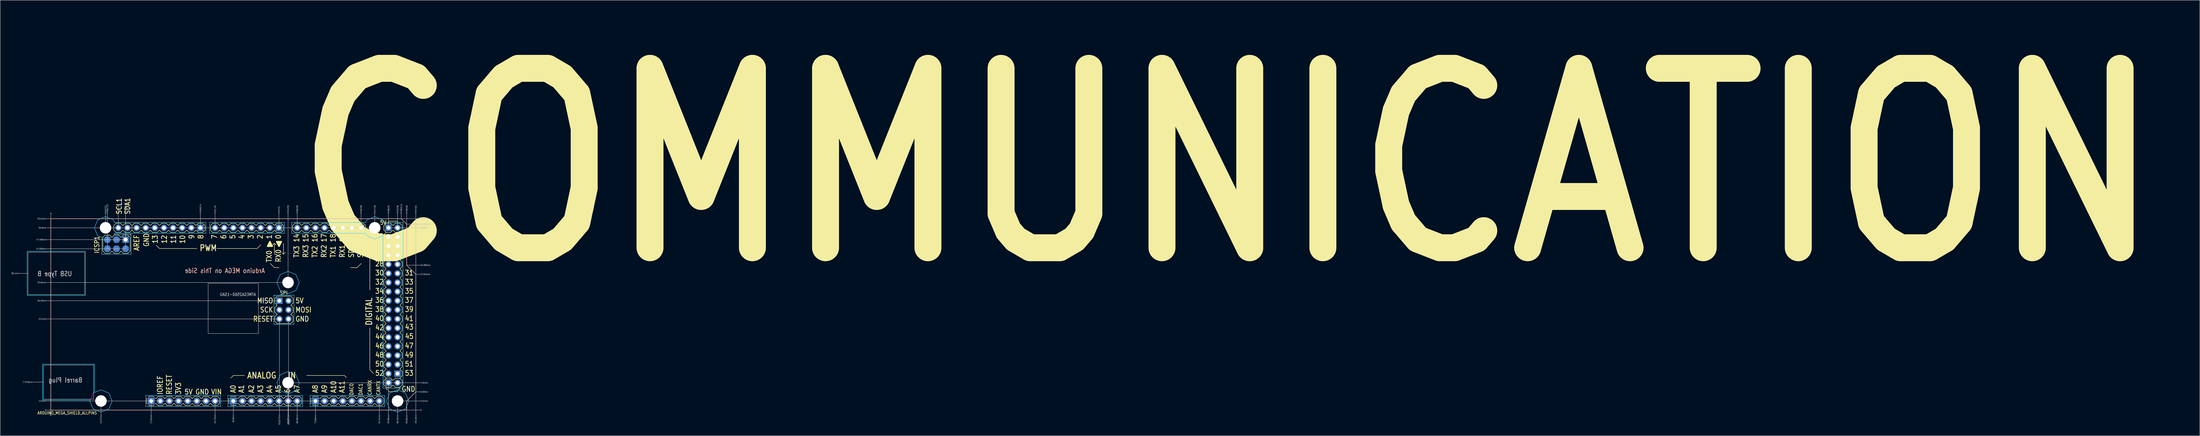
<source format=kicad_pcb>
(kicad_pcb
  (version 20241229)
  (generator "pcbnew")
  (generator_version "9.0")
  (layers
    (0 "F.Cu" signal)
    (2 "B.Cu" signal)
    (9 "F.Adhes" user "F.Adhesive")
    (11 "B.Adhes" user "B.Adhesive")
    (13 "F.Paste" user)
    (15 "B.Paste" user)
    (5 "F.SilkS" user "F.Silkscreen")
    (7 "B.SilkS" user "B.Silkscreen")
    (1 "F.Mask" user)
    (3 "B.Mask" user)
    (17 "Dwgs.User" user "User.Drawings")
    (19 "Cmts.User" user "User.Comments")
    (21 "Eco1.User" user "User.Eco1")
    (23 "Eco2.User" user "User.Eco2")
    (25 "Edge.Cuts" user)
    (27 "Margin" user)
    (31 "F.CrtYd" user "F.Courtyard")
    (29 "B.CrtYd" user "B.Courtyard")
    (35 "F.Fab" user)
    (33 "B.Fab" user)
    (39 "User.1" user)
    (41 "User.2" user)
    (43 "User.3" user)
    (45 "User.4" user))
  (footprint "ARDUINO_MEGA_SHIELD_ALLPINS"
    (layer "F.Cu")
    (at 11.088 111.235)
    (property "Reference" "ARDUINO_MEGA_SHIELD_ALLPINS" (at -3.81 1.27 0) (unlocked yes) (layer "F.SilkS") (effects (font (size 0.813 0.695) (thickness 0.122)) (justify left bottom)))
    (fp_circle (center 13.97 -2.54) (end 16.82 -2.54) (stroke (width 0) (type solid)) (fill yes) (layer "F.Mask"))
    (fp_circle (center 13.97 -2.54) (end 16.82 -2.54) (stroke (width 0) (type solid)) (fill yes) (layer "F.Mask"))
    (fp_circle (center 15.24 -50.8) (end 18.09 -50.8) (stroke (width 0) (type solid)) (fill yes) (layer "F.Mask"))
    (fp_circle (center 15.24 -50.8) (end 18.09 -50.8) (stroke (width 0) (type solid)) (fill yes) (layer "F.Mask"))
    (fp_circle (center 66.04 -35.56) (end 68.89 -35.56) (stroke (width 0) (type solid)) (fill yes) (layer "F.Mask"))
    (fp_circle (center 66.04 -35.56) (end 68.89 -35.56) (stroke (width 0) (type solid)) (fill yes) (layer "F.Mask"))
    (fp_circle (center 66.04 -7.62) (end 68.89 -7.62) (stroke (width 0) (type solid)) (fill yes) (layer "F.Mask"))
    (fp_circle (center 66.04 -7.62) (end 68.89 -7.62) (stroke (width 0) (type solid)) (fill yes) (layer "F.Mask"))
    (fp_circle (center 90.17 -50.8) (end 93.02 -50.8) (stroke (width 0) (type solid)) (fill yes) (layer "F.Mask"))
    (fp_circle (center 90.17 -50.8) (end 93.02 -50.8) (stroke (width 0) (type solid)) (fill yes) (layer "F.Mask"))
    (fp_circle (center 96.52 -2.54) (end 99.37 -2.54) (stroke (width 0) (type solid)) (fill yes) (layer "F.Mask"))
    (fp_circle (center 96.52 -2.54) (end 99.37 -2.54) (stroke (width 0) (type solid)) (fill yes) (layer "F.Mask"))
    (fp_circle (center 13.97 -2.54) (end 16.82 -2.54) (stroke (width 0) (type solid)) (fill yes) (layer "B.Mask"))
    (fp_circle (center 15.24 -50.8) (end 18.09 -50.8) (stroke (width 0) (type solid)) (fill yes) (layer "B.Mask"))
    (fp_circle (center 66.04 -35.56) (end 68.89 -35.56) (stroke (width 0) (type solid)) (fill yes) (layer "B.Mask"))
    (fp_circle (center 66.04 -7.62) (end 68.89 -7.62) (stroke (width 0) (type solid)) (fill yes) (layer "B.Mask"))
    (fp_circle (center 90.17 -50.8) (end 93.02 -50.8) (stroke (width 0) (type solid)) (fill yes) (layer "B.Mask"))
    (fp_circle (center 96.52 -2.54) (end 99.37 -2.54) (stroke (width 0) (type solid)) (fill yes) (layer "B.Mask"))
    (fp_line (start 0 -53.34) (end 97.536 -53.34) (stroke (width 0.127) (type solid)) (layer "F.SilkS"))
    (fp_line (start 0 0) (end 0 -53.34) (stroke (width 0.127) (type solid)) (layer "F.SilkS"))
    (fp_line (start 14.478 -48.133) (end 14.478 -44.323) (stroke (width 0.127) (type solid)) (layer "F.SilkS"))
    (fp_line (start 14.478 -44.323) (end 15.113 -43.688) (stroke (width 0.127) (type solid)) (layer "F.SilkS"))
    (fp_line (start 15.113 -48.768) (end 14.478 -48.133) (stroke (width 0.127) (type solid)) (layer "F.SilkS"))
    (fp_line (start 15.113 -43.688) (end 16.383 -43.688) (stroke (width 0.127) (type solid)) (layer "F.SilkS"))
    (fp_line (start 16.383 -48.768) (end 15.113 -48.768) (stroke (width 0.127) (type solid)) (layer "F.SilkS"))
    (fp_line (start 16.383 -43.688) (end 17.018 -44.323) (stroke (width 0.127) (type solid)) (layer "F.SilkS"))
    (fp_line (start 17.018 -48.133) (end 16.383 -48.768) (stroke (width 0.127) (type solid)) (layer "F.SilkS"))
    (fp_line (start 17.018 -44.323) (end 17.653 -43.688) (stroke (width 0.127) (type solid)) (layer "F.SilkS"))
    (fp_line (start 17.526 -51.435) (end 17.526 -50.165) (stroke (width 0.127) (type solid)) (layer "F.SilkS"))
    (fp_line (start 17.526 -50.165) (end 18.161 -49.53) (stroke (width 0.127) (type solid)) (layer "F.SilkS"))
    (fp_line (start 17.653 -48.768) (end 17.018 -48.133) (stroke (width 0.127) (type solid)) (layer "F.SilkS"))
    (fp_line (start 17.653 -43.688) (end 18.923 -43.688) (stroke (width 0.127) (type solid)) (layer "F.SilkS"))
    (fp_line (start 18.161 -52.07) (end 17.526 -51.435) (stroke (width 0.127) (type solid)) (layer "F.SilkS"))
    (fp_line (start 18.161 -49.53) (end 19.431 -49.53) (stroke (width 0.127) (type solid)) (layer "F.SilkS"))
    (fp_line (start 18.923 -48.768) (end 17.653 -48.768) (stroke (width 0.127) (type solid)) (layer "F.SilkS"))
    (fp_line (start 18.923 -43.688) (end 19.558 -44.323) (stroke (width 0.127) (type solid)) (layer "F.SilkS"))
    (fp_line (start 19.431 -52.07) (end 18.161 -52.07) (stroke (width 0.127) (type solid)) (layer "F.SilkS"))
    (fp_line (start 19.431 -49.53) (end 20.066 -50.165) (stroke (width 0.127) (type solid)) (layer "F.SilkS"))
    (fp_line (start 19.558 -48.133) (end 18.923 -48.768) (stroke (width 0.127) (type solid)) (layer "F.SilkS"))
    (fp_line (start 19.558 -44.323) (end 20.193 -43.688) (stroke (width 0.127) (type solid)) (layer "F.SilkS"))
    (fp_line (start 20.066 -51.435) (end 19.431 -52.07) (stroke (width 0.127) (type solid)) (layer "F.SilkS"))
    (fp_line (start 20.066 -50.165) (end 20.701 -49.53) (stroke (width 0.127) (type solid)) (layer "F.SilkS"))
    (fp_line (start 20.193 -48.768) (end 19.558 -48.133) (stroke (width 0.127) (type solid)) (layer "F.SilkS"))
    (fp_line (start 20.193 -43.688) (end 21.463 -43.688) (stroke (width 0.127) (type solid)) (layer "F.SilkS"))
    (fp_line (start 20.701 -52.07) (end 20.066 -51.435) (stroke (width 0.127) (type solid)) (layer "F.SilkS"))
    (fp_line (start 20.701 -49.53) (end 21.971 -49.53) (stroke (width 0.127) (type solid)) (layer "F.SilkS"))
    (fp_line (start 21.463 -48.768) (end 20.193 -48.768) (stroke (width 0.127) (type solid)) (layer "F.SilkS"))
    (fp_line (start 21.463 -43.688) (end 22.098 -44.323) (stroke (width 0.127) (type solid)) (layer "F.SilkS"))
    (fp_line (start 21.971 -52.07) (end 20.701 -52.07) (stroke (width 0.127) (type solid)) (layer "F.SilkS"))
    (fp_line (start 21.971 -49.53) (end 22.606 -50.165) (stroke (width 0.127) (type solid)) (layer "F.SilkS"))
    (fp_line (start 22.098 -48.133) (end 21.463 -48.768) (stroke (width 0.127) (type solid)) (layer "F.SilkS"))
    (fp_line (start 22.098 -44.323) (end 22.098 -48.133) (stroke (width 0.127) (type solid)) (layer "F.SilkS"))
    (fp_line (start 22.606 -51.435) (end 21.971 -52.07) (stroke (width 0.127) (type solid)) (layer "F.SilkS"))
    (fp_line (start 22.606 -51.435) (end 22.606 -50.165) (stroke (width 0.127) (type solid)) (layer "F.SilkS"))
    (fp_line (start 22.606 -50.165) (end 23.241 -49.53) (stroke (width 0.127) (type solid)) (layer "F.SilkS"))
    (fp_line (start 23.241 -52.07) (end 22.606 -51.435) (stroke (width 0.127) (type solid)) (layer "F.SilkS"))
    (fp_line (start 23.241 -49.53) (end 24.511 -49.53) (stroke (width 0.127) (type solid)) (layer "F.SilkS"))
    (fp_line (start 24.511 -52.07) (end 23.241 -52.07) (stroke (width 0.127) (type solid)) (layer "F.SilkS"))
    (fp_line (start 24.511 -49.53) (end 25.146 -50.165) (stroke (width 0.127) (type solid)) (layer "F.SilkS"))
    (fp_line (start 25.146 -51.435) (end 24.511 -52.07) (stroke (width 0.127) (type solid)) (layer "F.SilkS"))
    (fp_line (start 25.146 -50.165) (end 25.781 -49.53) (stroke (width 0.127) (type solid)) (layer "F.SilkS"))
    (fp_line (start 25.781 -52.07) (end 25.146 -51.435) (stroke (width 0.127) (type solid)) (layer "F.SilkS"))
    (fp_line (start 25.781 -49.53) (end 27.051 -49.53) (stroke (width 0.127) (type solid)) (layer "F.SilkS"))
    (fp_line (start 26.67 -3.175) (end 26.67 -1.905) (stroke (width 0.127) (type solid)) (layer "F.SilkS"))
    (fp_line (start 26.67 -1.905) (end 26.814 -1.761) (stroke (width 0.127) (type solid)) (layer "F.SilkS"))
    (fp_line (start 26.814 -3.319) (end 26.67 -3.175) (stroke (width 0.127) (type solid)) (layer "F.SilkS"))
    (fp_line (start 27.051 -52.07) (end 25.781 -52.07) (stroke (width 0.127) (type solid)) (layer "F.SilkS"))
    (fp_line (start 27.051 -49.53) (end 27.686 -50.165) (stroke (width 0.127) (type solid)) (layer "F.SilkS"))
    (fp_line (start 27.161 -1.414) (end 27.305 -1.27) (stroke (width 0.127) (type solid)) (layer "F.SilkS"))
    (fp_line (start 27.305 -3.81) (end 27.161 -3.666) (stroke (width 0.127) (type solid)) (layer "F.SilkS"))
    (fp_line (start 27.305 -3.81) (end 28.575 -3.81) (stroke (width 0.127) (type solid)) (layer "F.SilkS"))
    (fp_line (start 27.686 -51.435) (end 27.051 -52.07) (stroke (width 0.127) (type solid)) (layer "F.SilkS"))
    (fp_line (start 27.686 -50.165) (end 28.321 -49.53) (stroke (width 0.127) (type solid)) (layer "F.SilkS"))
    (fp_line (start 28.321 -52.07) (end 27.686 -51.435) (stroke (width 0.127) (type solid)) (layer "F.SilkS"))
    (fp_line (start 28.321 -49.53) (end 29.591 -49.53) (stroke (width 0.127) (type solid)) (layer "F.SilkS"))
    (fp_line (start 28.575 -3.81) (end 28.719 -3.666) (stroke (width 0.127) (type solid)) (layer "F.SilkS"))
    (fp_line (start 28.575 -1.27) (end 27.305 -1.27) (stroke (width 0.127) (type solid)) (layer "F.SilkS"))
    (fp_line (start 28.719 -1.414) (end 28.575 -1.27) (stroke (width 0.127) (type solid)) (layer "F.SilkS"))
    (fp_line (start 29.066 -3.319) (end 29.21 -3.175) (stroke (width 0.127) (type solid)) (layer "F.SilkS"))
    (fp_line (start 29.21 -3.175) (end 29.845 -3.81) (stroke (width 0.127) (type solid)) (layer "F.SilkS"))
    (fp_line (start 29.21 -1.905) (end 29.066 -1.761) (stroke (width 0.127) (type solid)) (layer "F.SilkS"))
    (fp_line (start 29.591 -52.07) (end 28.321 -52.07) (stroke (width 0.127) (type solid)) (layer "F.SilkS"))
    (fp_line (start 29.591 -49.53) (end 30.226 -50.165) (stroke (width 0.127) (type solid)) (layer "F.SilkS"))
    (fp_line (start 29.845 -3.81) (end 31.115 -3.81) (stroke (width 0.127) (type solid)) (layer "F.SilkS"))
    (fp_line (start 29.845 -1.27) (end 29.21 -1.905) (stroke (width 0.127) (type solid)) (layer "F.SilkS"))
    (fp_line (start 30.226 -51.435) (end 29.591 -52.07) (stroke (width 0.127) (type solid)) (layer "F.SilkS"))
    (fp_line (start 30.226 -50.165) (end 30.861 -49.53) (stroke (width 0.127) (type solid)) (layer "F.SilkS"))
    (fp_line (start 30.251 -45.034) (end 29.362 -45.923) (stroke (width 0.127) (type solid)) (layer "F.SilkS"))
    (fp_line (start 30.861 -52.07) (end 30.226 -51.435) (stroke (width 0.127) (type solid)) (layer "F.SilkS"))
    (fp_line (start 30.861 -49.53) (end 32.131 -49.53) (stroke (width 0.127) (type solid)) (layer "F.SilkS"))
    (fp_line (start 31.115 -3.81) (end 31.75 -3.175) (stroke (width 0.127) (type solid)) (layer "F.SilkS"))
    (fp_line (start 31.115 -1.27) (end 29.845 -1.27) (stroke (width 0.127) (type solid)) (layer "F.SilkS"))
    (fp_line (start 31.75 -3.175) (end 32.385 -3.81) (stroke (width 0.127) (type solid)) (layer "F.SilkS"))
    (fp_line (start 31.75 -1.905) (end 31.115 -1.27) (stroke (width 0.127) (type solid)) (layer "F.SilkS"))
    (fp_line (start 31.757 -1.918) (end 32.392 -1.283) (stroke (width 0.127) (type solid)) (layer "F.SilkS"))
    (fp_line (start 32.131 -52.07) (end 30.861 -52.07) (stroke (width 0.127) (type solid)) (layer "F.SilkS"))
    (fp_line (start 32.131 -49.53) (end 32.766 -50.165) (stroke (width 0.127) (type solid)) (layer "F.SilkS"))
    (fp_line (start 32.385 -1.27) (end 31.75 -1.905) (stroke (width 0.127) (type solid)) (layer "F.SilkS"))
    (fp_line (start 32.392 -3.823) (end 31.757 -3.188) (stroke (width 0.127) (type solid)) (layer "F.SilkS"))
    (fp_line (start 32.392 -3.823) (end 33.662 -3.823) (stroke (width 0.127) (type solid)) (layer "F.SilkS"))
    (fp_line (start 32.766 -51.435) (end 32.131 -52.07) (stroke (width 0.127) (type solid)) (layer "F.SilkS"))
    (fp_line (start 32.766 -50.165) (end 33.401 -49.53) (stroke (width 0.127) (type solid)) (layer "F.SilkS"))
    (fp_line (start 33.401 -52.07) (end 32.766 -51.435) (stroke (width 0.127) (type solid)) (layer "F.SilkS"))
    (fp_line (start 33.401 -49.53) (end 34.671 -49.53) (stroke (width 0.127) (type solid)) (layer "F.SilkS"))
    (fp_line (start 33.662 -3.823) (end 34.297 -3.188) (stroke (width 0.127) (type solid)) (layer "F.SilkS"))
    (fp_line (start 33.662 -1.283) (end 32.392 -1.283) (stroke (width 0.127) (type solid)) (layer "F.SilkS"))
    (fp_line (start 34.297 -3.188) (end 34.932 -3.823) (stroke (width 0.127) (type solid)) (layer "F.SilkS"))
    (fp_line (start 34.297 -1.918) (end 33.662 -1.283) (stroke (width 0.127) (type solid)) (layer "F.SilkS"))
    (fp_line (start 34.671 -52.07) (end 33.401 -52.07) (stroke (width 0.127) (type solid)) (layer "F.SilkS"))
    (fp_line (start 34.671 -49.53) (end 35.306 -50.165) (stroke (width 0.127) (type solid)) (layer "F.SilkS"))
    (fp_line (start 34.932 -3.823) (end 36.202 -3.823) (stroke (width 0.127) (type solid)) (layer "F.SilkS"))
    (fp_line (start 34.932 -1.283) (end 34.297 -1.918) (stroke (width 0.127) (type solid)) (layer "F.SilkS"))
    (fp_line (start 35.306 -51.435) (end 34.671 -52.07) (stroke (width 0.127) (type solid)) (layer "F.SilkS"))
    (fp_line (start 35.306 -50.165) (end 35.941 -49.53) (stroke (width 0.127) (type solid)) (layer "F.SilkS"))
    (fp_line (start 35.941 -52.07) (end 35.306 -51.435) (stroke (width 0.127) (type solid)) (layer "F.SilkS"))
    (fp_line (start 35.941 -49.53) (end 37.211 -49.53) (stroke (width 0.127) (type solid)) (layer "F.SilkS"))
    (fp_line (start 36.202 -3.823) (end 36.837 -3.188) (stroke (width 0.127) (type solid)) (layer "F.SilkS"))
    (fp_line (start 36.202 -1.283) (end 34.932 -1.283) (stroke (width 0.127) (type solid)) (layer "F.SilkS"))
    (fp_line (start 36.837 -3.188) (end 37.472 -3.823) (stroke (width 0.127) (type solid)) (layer "F.SilkS"))
    (fp_line (start 36.837 -1.918) (end 36.202 -1.283) (stroke (width 0.127) (type solid)) (layer "F.SilkS"))
    (fp_line (start 37.211 -52.07) (end 35.941 -52.07) (stroke (width 0.127) (type solid)) (layer "F.SilkS"))
    (fp_line (start 37.211 -49.53) (end 37.846 -50.165) (stroke (width 0.127) (type solid)) (layer "F.SilkS"))
    (fp_line (start 37.472 -3.823) (end 38.742 -3.823) (stroke (width 0.127) (type solid)) (layer "F.SilkS"))
    (fp_line (start 37.472 -1.283) (end 36.837 -1.918) (stroke (width 0.127) (type solid)) (layer "F.SilkS"))
    (fp_line (start 37.846 -51.435) (end 37.211 -52.07) (stroke (width 0.127) (type solid)) (layer "F.SilkS"))
    (fp_line (start 37.846 -50.165) (end 38.481 -49.53) (stroke (width 0.127) (type solid)) (layer "F.SilkS"))
    (fp_line (start 38.481 -52.07) (end 37.846 -51.435) (stroke (width 0.127) (type solid)) (layer "F.SilkS"))
    (fp_line (start 38.481 -49.53) (end 39.751 -49.53) (stroke (width 0.127) (type solid)) (layer "F.SilkS"))
    (fp_line (start 38.742 -3.823) (end 39.377 -3.188) (stroke (width 0.127) (type solid)) (layer "F.SilkS"))
    (fp_line (start 38.742 -1.283) (end 37.472 -1.283) (stroke (width 0.127) (type solid)) (layer "F.SilkS"))
    (fp_line (start 39.377 -1.918) (end 38.742 -1.283) (stroke (width 0.127) (type solid)) (layer "F.SilkS"))
    (fp_line (start 39.377 -1.918) (end 40.012 -1.283) (stroke (width 0.127) (type solid)) (layer "F.SilkS"))
    (fp_line (start 39.751 -52.07) (end 38.481 -52.07) (stroke (width 0.127) (type solid)) (layer "F.SilkS"))
    (fp_line (start 39.751 -49.53) (end 40.386 -50.165) (stroke (width 0.127) (type solid)) (layer "F.SilkS"))
    (fp_line (start 40.012 -3.823) (end 39.377 -3.188) (stroke (width 0.127) (type solid)) (layer "F.SilkS"))
    (fp_line (start 40.012 -3.823) (end 41.282 -3.823) (stroke (width 0.127) (type solid)) (layer "F.SilkS"))
    (fp_line (start 40.386 -51.435) (end 39.751 -52.07) (stroke (width 0.127) (type solid)) (layer "F.SilkS"))
    (fp_line (start 40.386 -50.165) (end 41.021 -49.53) (stroke (width 0.127) (type solid)) (layer "F.SilkS"))
    (fp_line (start 40.665 -45.034) (end 30.251 -45.034) (stroke (width 0.127) (type solid)) (layer "F.SilkS"))
    (fp_line (start 41.021 -52.07) (end 40.386 -51.435) (stroke (width 0.127) (type solid)) (layer "F.SilkS"))
    (fp_line (start 41.021 -49.53) (end 42.291 -49.53) (stroke (width 0.127) (type solid)) (layer "F.SilkS"))
    (fp_line (start 41.282 -3.823) (end 41.917 -3.188) (stroke (width 0.127) (type solid)) (layer "F.SilkS"))
    (fp_line (start 41.282 -1.283) (end 40.012 -1.283) (stroke (width 0.127) (type solid)) (layer "F.SilkS"))
    (fp_line (start 41.917 -3.188) (end 42.552 -3.823) (stroke (width 0.127) (type solid)) (layer "F.SilkS"))
    (fp_line (start 41.917 -1.918) (end 41.282 -1.283) (stroke (width 0.127) (type solid)) (layer "F.SilkS"))
    (fp_line (start 42.291 -52.07) (end 41.021 -52.07) (stroke (width 0.127) (type solid)) (layer "F.SilkS"))
    (fp_line (start 42.291 -49.53) (end 42.926 -50.165) (stroke (width 0.127) (type solid)) (layer "F.SilkS"))
    (fp_line (start 42.552 -3.823) (end 43.822 -3.823) (stroke (width 0.127) (type solid)) (layer "F.SilkS"))
    (fp_line (start 42.552 -1.283) (end 41.917 -1.918) (stroke (width 0.127) (type solid)) (layer "F.SilkS"))
    (fp_line (start 42.926 -51.435) (end 42.291 -52.07) (stroke (width 0.127) (type solid)) (layer "F.SilkS"))
    (fp_line (start 42.926 -50.165) (end 42.926 -51.435) (stroke (width 0.127) (type solid)) (layer "F.SilkS"))
    (fp_line (start 43.822 -3.823) (end 44.457 -3.188) (stroke (width 0.127) (type solid)) (layer "F.SilkS"))
    (fp_line (start 43.822 -1.283) (end 42.552 -1.283) (stroke (width 0.127) (type solid)) (layer "F.SilkS"))
    (fp_line (start 44.45 -51.435) (end 44.45 -50.165) (stroke (width 0.127) (type solid)) (layer "F.SilkS"))
    (fp_line (start 44.45 -50.165) (end 45.085 -49.53) (stroke (width 0.127) (type solid)) (layer "F.SilkS"))
    (fp_line (start 44.457 -3.188) (end 45.092 -3.823) (stroke (width 0.127) (type solid)) (layer "F.SilkS"))
    (fp_line (start 44.457 -1.918) (end 43.822 -1.283) (stroke (width 0.127) (type solid)) (layer "F.SilkS"))
    (fp_line (start 45.085 -52.07) (end 44.45 -51.435) (stroke (width 0.127) (type solid)) (layer "F.SilkS"))
    (fp_line (start 45.085 -49.53) (end 46.355 -49.53) (stroke (width 0.127) (type solid)) (layer "F.SilkS"))
    (fp_line (start 45.092 -3.823) (end 46.362 -3.823) (stroke (width 0.127) (type solid)) (layer "F.SilkS"))
    (fp_line (start 45.092 -1.283) (end 44.457 -1.918) (stroke (width 0.127) (type solid)) (layer "F.SilkS"))
    (fp_line (start 46.253 -45.034) (end 57.429 -45.034) (stroke (width 0.127) (type solid)) (layer "F.SilkS"))
    (fp_line (start 46.355 -52.07) (end 45.085 -52.07) (stroke (width 0.127) (type solid)) (layer "F.SilkS"))
    (fp_line (start 46.355 -49.53) (end 46.99 -50.165) (stroke (width 0.127) (type solid)) (layer "F.SilkS"))
    (fp_line (start 46.362 -3.823) (end 46.997 -3.188) (stroke (width 0.127) (type solid)) (layer "F.SilkS"))
    (fp_line (start 46.362 -1.283) (end 45.092 -1.283) (stroke (width 0.127) (type solid)) (layer "F.SilkS"))
    (fp_line (start 46.99 -51.435) (end 46.355 -52.07) (stroke (width 0.127) (type solid)) (layer "F.SilkS"))
    (fp_line (start 46.99 -50.165) (end 47.625 -49.53) (stroke (width 0.127) (type solid)) (layer "F.SilkS"))
    (fp_line (start 46.997 -3.188) (end 46.997 -1.918) (stroke (width 0.127) (type solid)) (layer "F.SilkS"))
    (fp_line (start 46.997 -1.918) (end 46.362 -1.283) (stroke (width 0.127) (type solid)) (layer "F.SilkS"))
    (fp_line (start 47.625 -52.07) (end 46.99 -51.435) (stroke (width 0.127) (type solid)) (layer "F.SilkS"))
    (fp_line (start 47.625 -49.53) (end 48.895 -49.53) (stroke (width 0.127) (type solid)) (layer "F.SilkS"))
    (fp_line (start 48.895 -52.07) (end 47.625 -52.07) (stroke (width 0.127) (type solid)) (layer "F.SilkS"))
    (fp_line (start 48.895 -49.53) (end 49.53 -50.165) (stroke (width 0.127) (type solid)) (layer "F.SilkS"))
    (fp_line (start 49.53 -51.435) (end 48.895 -52.07) (stroke (width 0.127) (type solid)) (layer "F.SilkS"))
    (fp_line (start 49.53 -50.165) (end 50.165 -49.53) (stroke (width 0.127) (type solid)) (layer "F.SilkS"))
    (fp_line (start 49.53 -3.188) (end 49.53 -1.918) (stroke (width 0.127) (type solid)) (layer "F.SilkS"))
    (fp_line (start 49.53 -1.918) (end 49.674 -1.774) (stroke (width 0.127) (type solid)) (layer "F.SilkS"))
    (fp_line (start 49.674 -3.332) (end 49.53 -3.188) (stroke (width 0.127) (type solid)) (layer "F.SilkS"))
    (fp_line (start 50.034 -1.414) (end 50.165 -1.283) (stroke (width 0.127) (type solid)) (layer "F.SilkS"))
    (fp_line (start 50.165 -52.07) (end 49.53 -51.435) (stroke (width 0.127) (type solid)) (layer "F.SilkS"))
    (fp_line (start 50.165 -49.53) (end 51.435 -49.53) (stroke (width 0.127) (type solid)) (layer "F.SilkS"))
    (fp_line (start 50.165 -3.823) (end 50.008 -3.666) (stroke (width 0.127) (type solid)) (layer "F.SilkS"))
    (fp_line (start 50.165 -3.823) (end 51.435 -3.823) (stroke (width 0.127) (type solid)) (layer "F.SilkS"))
    (fp_line (start 50.825 -9.652) (end 50.114 -8.941) (stroke (width 0.127) (type solid)) (layer "F.SilkS"))
    (fp_line (start 51.435 -52.07) (end 50.165 -52.07) (stroke (width 0.127) (type solid)) (layer "F.SilkS"))
    (fp_line (start 51.435 -49.53) (end 52.07 -50.165) (stroke (width 0.127) (type solid)) (layer "F.SilkS"))
    (fp_line (start 51.435 -3.823) (end 51.592 -3.666) (stroke (width 0.127) (type solid)) (layer "F.SilkS"))
    (fp_line (start 51.435 -1.283) (end 50.165 -1.283) (stroke (width 0.127) (type solid)) (layer "F.SilkS"))
    (fp_line (start 51.566 -1.414) (end 51.435 -1.283) (stroke (width 0.127) (type solid)) (layer "F.SilkS"))
    (fp_line (start 51.926 -3.332) (end 52.07 -3.188) (stroke (width 0.127) (type solid)) (layer "F.SilkS"))
    (fp_line (start 52.07 -51.435) (end 51.435 -52.07) (stroke (width 0.127) (type solid)) (layer "F.SilkS"))
    (fp_line (start 52.07 -50.165) (end 52.705 -49.53) (stroke (width 0.127) (type solid)) (layer "F.SilkS"))
    (fp_line (start 52.07 -3.188) (end 52.705 -3.823) (stroke (width 0.127) (type solid)) (layer "F.SilkS"))
    (fp_line (start 52.07 -1.918) (end 51.926 -1.774) (stroke (width 0.127) (type solid)) (layer "F.SilkS"))
    (fp_line (start 52.705 -52.07) (end 52.07 -51.435) (stroke (width 0.127) (type solid)) (layer "F.SilkS"))
    (fp_line (start 52.705 -49.53) (end 53.975 -49.53) (stroke (width 0.127) (type solid)) (layer "F.SilkS"))
    (fp_line (start 52.705 -3.823) (end 53.975 -3.823) (stroke (width 0.127) (type solid)) (layer "F.SilkS"))
    (fp_line (start 52.705 -1.283) (end 52.07 -1.918) (stroke (width 0.127) (type solid)) (layer "F.SilkS"))
    (fp_line (start 53.873 -9.652) (end 50.825 -9.652) (stroke (width 0.127) (type solid)) (layer "F.SilkS"))
    (fp_line (start 53.975 -52.07) (end 52.705 -52.07) (stroke (width 0.127) (type solid)) (layer "F.SilkS"))
    (fp_line (start 53.975 -49.53) (end 54.61 -50.165) (stroke (width 0.127) (type solid)) (layer "F.SilkS"))
    (fp_line (start 53.975 -3.823) (end 54.61 -3.188) (stroke (width 0.127) (type solid)) (layer "F.SilkS"))
    (fp_line (start 53.975 -1.283) (end 52.705 -1.283) (stroke (width 0.127) (type solid)) (layer "F.SilkS"))
    (fp_line (start 54.61 -51.435) (end 53.975 -52.07) (stroke (width 0.127) (type solid)) (layer "F.SilkS"))
    (fp_line (start 54.61 -50.165) (end 55.245 -49.53) (stroke (width 0.127) (type solid)) (layer "F.SilkS"))
    (fp_line (start 54.61 -3.188) (end 55.245 -3.823) (stroke (width 0.127) (type solid)) (layer "F.SilkS"))
    (fp_line (start 54.61 -1.918) (end 53.975 -1.283) (stroke (width 0.127) (type solid)) (layer "F.SilkS"))
    (fp_line (start 55.245 -52.07) (end 54.61 -51.435) (stroke (width 0.127) (type solid)) (layer "F.SilkS"))
    (fp_line (start 55.245 -49.53) (end 56.515 -49.53) (stroke (width 0.127) (type solid)) (layer "F.SilkS"))
    (fp_line (start 55.245 -3.823) (end 56.515 -3.823) (stroke (width 0.127) (type solid)) (layer "F.SilkS"))
    (fp_line (start 55.245 -1.283) (end 54.61 -1.918) (stroke (width 0.127) (type solid)) (layer "F.SilkS"))
    (fp_line (start 56.515 -52.07) (end 55.245 -52.07) (stroke (width 0.127) (type solid)) (layer "F.SilkS"))
    (fp_line (start 56.515 -49.53) (end 57.15 -50.165) (stroke (width 0.127) (type solid)) (layer "F.SilkS"))
    (fp_line (start 56.515 -3.823) (end 57.15 -3.188) (stroke (width 0.127) (type solid)) (layer "F.SilkS"))
    (fp_line (start 56.515 -1.283) (end 55.245 -1.283) (stroke (width 0.127) (type solid)) (layer "F.SilkS"))
    (fp_line (start 57.15 -51.435) (end 56.515 -52.07) (stroke (width 0.127) (type solid)) (layer "F.SilkS"))
    (fp_line (start 57.15 -50.165) (end 57.785 -49.53) (stroke (width 0.127) (type solid)) (layer "F.SilkS"))
    (fp_line (start 57.15 -1.918) (end 56.515 -1.283) (stroke (width 0.127) (type solid)) (layer "F.SilkS"))
    (fp_line (start 57.15 -1.918) (end 57.785 -1.283) (stroke (width 0.127) (type solid)) (layer "F.SilkS"))
    (fp_line (start 57.429 -45.034) (end 58.445 -46.05) (stroke (width 0.127) (type solid)) (layer "F.SilkS"))
    (fp_line (start 57.785 -52.07) (end 57.15 -51.435) (stroke (width 0.127) (type solid)) (layer "F.SilkS"))
    (fp_line (start 57.785 -49.53) (end 59.055 -49.53) (stroke (width 0.127) (type solid)) (layer "F.SilkS"))
    (fp_line (start 57.785 -3.823) (end 57.15 -3.188) (stroke (width 0.127) (type solid)) (layer "F.SilkS"))
    (fp_line (start 57.785 -3.823) (end 59.055 -3.823) (stroke (width 0.127) (type solid)) (layer "F.SilkS"))
    (fp_line (start 59.055 -52.07) (end 57.785 -52.07) (stroke (width 0.127) (type solid)) (layer "F.SilkS"))
    (fp_line (start 59.055 -49.53) (end 59.69 -50.165) (stroke (width 0.127) (type solid)) (layer "F.SilkS"))
    (fp_line (start 59.055 -3.823) (end 59.69 -3.188) (stroke (width 0.127) (type solid)) (layer "F.SilkS"))
    (fp_line (start 59.055 -1.283) (end 57.785 -1.283) (stroke (width 0.127) (type solid)) (layer "F.SilkS"))
    (fp_line (start 59.69 -51.435) (end 59.055 -52.07) (stroke (width 0.127) (type solid)) (layer "F.SilkS"))
    (fp_line (start 59.69 -50.165) (end 60.325 -49.53) (stroke (width 0.127) (type solid)) (layer "F.SilkS"))
    (fp_line (start 59.69 -3.188) (end 60.325 -3.823) (stroke (width 0.127) (type solid)) (layer "F.SilkS"))
    (fp_line (start 59.69 -1.918) (end 59.055 -1.283) (stroke (width 0.127) (type solid)) (layer "F.SilkS"))
    (fp_line (start 60.325 -52.07) (end 59.69 -51.435) (stroke (width 0.127) (type solid)) (layer "F.SilkS"))
    (fp_line (start 60.325 -49.53) (end 61.595 -49.53) (stroke (width 0.127) (type solid)) (layer "F.SilkS"))
    (fp_line (start 60.325 -3.823) (end 61.595 -3.823) (stroke (width 0.127) (type solid)) (layer "F.SilkS"))
    (fp_line (start 60.325 -1.283) (end 59.69 -1.918) (stroke (width 0.127) (type solid)) (layer "F.SilkS"))
    (fp_line (start 60.35 -45.669) (end 60.985 -46.939) (stroke (width 0.406) (type solid)) (layer "F.SilkS"))
    (fp_line (start 60.35 -45.669) (end 60.985 -46.304) (stroke (width 0.406) (type solid)) (layer "F.SilkS"))
    (fp_line (start 60.985 -46.939) (end 61.62 -45.669) (stroke (width 0.406) (type solid)) (layer "F.SilkS"))
    (fp_line (start 60.985 -46.304) (end 60.985 -45.669) (stroke (width 0.406) (type solid)) (layer "F.SilkS"))
    (fp_line (start 60.985 -45.669) (end 60.35 -45.669) (stroke (width 0.406) (type solid)) (layer "F.SilkS"))
    (fp_line (start 60.985 -45.669) (end 61.62 -45.669) (stroke (width 0.406) (type solid)) (layer "F.SilkS"))
    (fp_line (start 61.112 -40.843) (end 62.255 -39.7) (stroke (width 0.127) (type solid)) (layer "F.SilkS"))
    (fp_line (start 61.595 -52.07) (end 60.325 -52.07) (stroke (width 0.127) (type solid)) (layer "F.SilkS"))
    (fp_line (start 61.595 -49.53) (end 62.23 -50.165) (stroke (width 0.127) (type solid)) (layer "F.SilkS"))
    (fp_line (start 61.595 -3.823) (end 62.23 -3.188) (stroke (width 0.127) (type solid)) (layer "F.SilkS"))
    (fp_line (start 61.595 -1.283) (end 60.325 -1.283) (stroke (width 0.127) (type solid)) (layer "F.SilkS"))
    (fp_line (start 61.62 -45.669) (end 60.985 -46.304) (stroke (width 0.406) (type solid)) (layer "F.SilkS"))
    (fp_line (start 62.23 -51.435) (end 61.595 -52.07) (stroke (width 0.127) (type solid)) (layer "F.SilkS"))
    (fp_line (start 62.23 -50.165) (end 62.865 -49.53) (stroke (width 0.127) (type solid)) (layer "F.SilkS"))
    (fp_line (start 62.23 -46.482) (end 61.722 -45.974) (stroke (width 0.127) (type solid)) (layer "F.SilkS"))
    (fp_line (start 62.23 -46.482) (end 62.738 -45.974) (stroke (width 0.127) (type solid)) (layer "F.SilkS"))
    (fp_line (start 62.23 -43.434) (end 62.23 -46.482) (stroke (width 0.127) (type solid)) (layer "F.SilkS"))
    (fp_line (start 62.23 -3.188) (end 62.865 -3.823) (stroke (width 0.127) (type solid)) (layer "F.SilkS"))
    (fp_line (start 62.23 -1.918) (end 61.595 -1.283) (stroke (width 0.127) (type solid)) (layer "F.SilkS"))
    (fp_line (start 62.255 -39.7) (end 63.525 -39.7) (stroke (width 0.127) (type solid)) (layer "F.SilkS"))
    (fp_line (start 62.357 -31.115) (end 62.357 -29.845) (stroke (width 0.127) (type solid)) (layer "F.SilkS"))
    (fp_line (start 62.357 -29.845) (end 62.992 -29.21) (stroke (width 0.127) (type solid)) (layer "F.SilkS"))
    (fp_line (start 62.357 -28.575) (end 62.357 -27.305) (stroke (width 0.127) (type solid)) (layer "F.SilkS"))
    (fp_line (start 62.357 -27.305) (end 62.992 -26.67) (stroke (width 0.127) (type solid)) (layer "F.SilkS"))
    (fp_line (start 62.357 -26.035) (end 62.357 -24.765) (stroke (width 0.127) (type solid)) (layer "F.SilkS"))
    (fp_line (start 62.357 -24.765) (end 62.992 -24.13) (stroke (width 0.127) (type solid)) (layer "F.SilkS"))
    (fp_line (start 62.865 -52.07) (end 62.23 -51.435) (stroke (width 0.127) (type solid)) (layer "F.SilkS"))
    (fp_line (start 62.865 -49.53) (end 64.135 -49.53) (stroke (width 0.127) (type solid)) (layer "F.SilkS"))
    (fp_line (start 62.865 -3.823) (end 64.135 -3.823) (stroke (width 0.127) (type solid)) (layer "F.SilkS"))
    (fp_line (start 62.865 -1.283) (end 62.23 -1.918) (stroke (width 0.127) (type solid)) (layer "F.SilkS"))
    (fp_line (start 62.89 -46.939) (end 63.525 -46.939) (stroke (width 0.406) (type solid)) (layer "F.SilkS"))
    (fp_line (start 62.89 -46.939) (end 63.525 -46.304) (stroke (width 0.406) (type solid)) (layer "F.SilkS"))
    (fp_line (start 62.992 -31.75) (end 62.357 -31.115) (stroke (width 0.127) (type solid)) (layer "F.SilkS"))
    (fp_line (start 62.992 -29.21) (end 62.357 -28.575) (stroke (width 0.127) (type solid)) (layer "F.SilkS"))
    (fp_line (start 62.992 -26.67) (end 62.357 -26.035) (stroke (width 0.127) (type solid)) (layer "F.SilkS"))
    (fp_line (start 62.992 -24.13) (end 66.802 -24.13) (stroke (width 0.127) (type solid)) (layer "F.SilkS"))
    (fp_line (start 63.525 -46.939) (end 63.525 -46.304) (stroke (width 0.406) (type solid)) (layer "F.SilkS"))
    (fp_line (start 63.525 -46.304) (end 64.16 -46.939) (stroke (width 0.406) (type solid)) (layer "F.SilkS"))
    (fp_line (start 63.525 -45.669) (end 62.89 -46.939) (stroke (width 0.406) (type solid)) (layer "F.SilkS"))
    (fp_line (start 64.135 -52.07) (end 62.865 -52.07) (stroke (width 0.127) (type solid)) (layer "F.SilkS"))
    (fp_line (start 64.135 -49.53) (end 64.77 -50.165) (stroke (width 0.127) (type solid)) (layer "F.SilkS"))
    (fp_line (start 64.135 -3.823) (end 64.77 -3.188) (stroke (width 0.127) (type solid)) (layer "F.SilkS"))
    (fp_line (start 64.135 -1.283) (end 62.865 -1.283) (stroke (width 0.127) (type solid)) (layer "F.SilkS"))
    (fp_line (start 64.16 -46.939) (end 63.525 -46.939) (stroke (width 0.406) (type solid)) (layer "F.SilkS"))
    (fp_line (start 64.16 -46.939) (end 63.525 -45.669) (stroke (width 0.406) (type solid)) (layer "F.SilkS"))
    (fp_line (start 64.77 -51.435) (end 64.135 -52.07) (stroke (width 0.127) (type solid)) (layer "F.SilkS"))
    (fp_line (start 64.77 -50.165) (end 64.77 -51.435) (stroke (width 0.127) (type solid)) (layer "F.SilkS"))
    (fp_line (start 64.77 -46.482) (end 64.77 -43.434) (stroke (width 0.127) (type solid)) (layer "F.SilkS"))
    (fp_line (start 64.77 -43.434) (end 64.262 -43.942) (stroke (width 0.127) (type solid)) (layer "F.SilkS"))
    (fp_line (start 64.77 -43.434) (end 65.278 -43.942) (stroke (width 0.127) (type solid)) (layer "F.SilkS"))
    (fp_line (start 64.77 -1.918) (end 64.135 -1.283) (stroke (width 0.127) (type solid)) (layer "F.SilkS"))
    (fp_line (start 64.77 -1.918) (end 65.405 -1.283) (stroke (width 0.127) (type solid)) (layer "F.SilkS"))
    (fp_line (start 65.405 -3.823) (end 64.77 -3.188) (stroke (width 0.127) (type solid)) (layer "F.SilkS"))
    (fp_line (start 65.405 -3.823) (end 66.675 -3.823) (stroke (width 0.127) (type solid)) (layer "F.SilkS"))
    (fp_line (start 66.675 -3.823) (end 67.31 -3.188) (stroke (width 0.127) (type solid)) (layer "F.SilkS"))
    (fp_line (start 66.675 -1.283) (end 65.405 -1.283) (stroke (width 0.127) (type solid)) (layer "F.SilkS"))
    (fp_line (start 66.802 -31.75) (end 62.992 -31.75) (stroke (width 0.127) (type solid)) (layer "F.SilkS"))
    (fp_line (start 66.802 -29.21) (end 67.437 -29.845) (stroke (width 0.127) (type solid)) (layer "F.SilkS"))
    (fp_line (start 66.802 -26.67) (end 67.437 -27.305) (stroke (width 0.127) (type solid)) (layer "F.SilkS"))
    (fp_line (start 66.802 -24.13) (end 67.437 -24.765) (stroke (width 0.127) (type solid)) (layer "F.SilkS"))
    (fp_line (start 67.31 -51.435) (end 67.31 -50.165) (stroke (width 0.127) (type solid)) (layer "F.SilkS"))
    (fp_line (start 67.31 -50.165) (end 67.945 -49.53) (stroke (width 0.127) (type solid)) (layer "F.SilkS"))
    (fp_line (start 67.31 -1.918) (end 66.675 -1.283) (stroke (width 0.127) (type solid)) (layer "F.SilkS"))
    (fp_line (start 67.31 -1.918) (end 67.945 -1.283) (stroke (width 0.127) (type solid)) (layer "F.SilkS"))
    (fp_line (start 67.437 -31.115) (end 66.802 -31.75) (stroke (width 0.127) (type solid)) (layer "F.SilkS"))
    (fp_line (start 67.437 -29.845) (end 67.437 -31.115) (stroke (width 0.127) (type solid)) (layer "F.SilkS"))
    (fp_line (start 67.437 -28.575) (end 66.802 -29.21) (stroke (width 0.127) (type solid)) (layer "F.SilkS"))
    (fp_line (start 67.437 -27.305) (end 67.437 -28.575) (stroke (width 0.127) (type solid)) (layer "F.SilkS"))
    (fp_line (start 67.437 -26.035) (end 66.802 -26.67) (stroke (width 0.127) (type solid)) (layer "F.SilkS"))
    (fp_line (start 67.437 -24.765) (end 67.437 -26.035) (stroke (width 0.127) (type solid)) (layer "F.SilkS"))
    (fp_line (start 67.945 -52.07) (end 67.31 -51.435) (stroke (width 0.127) (type solid)) (layer "F.SilkS"))
    (fp_line (start 67.945 -49.53) (end 69.215 -49.53) (stroke (width 0.127) (type solid)) (layer "F.SilkS"))
    (fp_line (start 67.945 -3.823) (end 67.31 -3.188) (stroke (width 0.127) (type solid)) (layer "F.SilkS"))
    (fp_line (start 67.945 -3.823) (end 69.215 -3.823) (stroke (width 0.127) (type solid)) (layer "F.SilkS"))
    (fp_line (start 69.215 -52.07) (end 67.945 -52.07) (stroke (width 0.127) (type solid)) (layer "F.SilkS"))
    (fp_line (start 69.215 -49.53) (end 69.85 -50.165) (stroke (width 0.127) (type solid)) (layer "F.SilkS"))
    (fp_line (start 69.215 -3.823) (end 69.85 -3.188) (stroke (width 0.127) (type solid)) (layer "F.SilkS"))
    (fp_line (start 69.215 -1.283) (end 67.945 -1.283) (stroke (width 0.127) (type solid)) (layer "F.SilkS"))
    (fp_line (start 69.85 -51.435) (end 69.215 -52.07) (stroke (width 0.127) (type solid)) (layer "F.SilkS"))
    (fp_line (start 69.85 -50.165) (end 70.485 -49.53) (stroke (width 0.127) (type solid)) (layer "F.SilkS"))
    (fp_line (start 69.85 -3.188) (end 69.85 -1.918) (stroke (width 0.127) (type solid)) (layer "F.SilkS"))
    (fp_line (start 69.85 -1.918) (end 69.215 -1.283) (stroke (width 0.127) (type solid)) (layer "F.SilkS"))
    (fp_line (start 70.485 -52.07) (end 69.85 -51.435) (stroke (width 0.127) (type solid)) (layer "F.SilkS"))
    (fp_line (start 70.485 -49.53) (end 71.755 -49.53) (stroke (width 0.127) (type solid)) (layer "F.SilkS"))
    (fp_line (start 71.222 -9.652) (end 81.712 -9.652) (stroke (width 0.127) (type solid)) (layer "F.SilkS"))
    (fp_line (start 71.755 -52.07) (end 70.485 -52.07) (stroke (width 0.127) (type solid)) (layer "F.SilkS"))
    (fp_line (start 71.755 -49.53) (end 72.39 -50.165) (stroke (width 0.127) (type solid)) (layer "F.SilkS"))
    (fp_line (start 72.39 -51.435) (end 71.755 -52.07) (stroke (width 0.127) (type solid)) (layer "F.SilkS"))
    (fp_line (start 72.39 -50.165) (end 73.025 -49.53) (stroke (width 0.127) (type solid)) (layer "F.SilkS"))
    (fp_line (start 72.39 -3.188) (end 72.39 -1.918) (stroke (width 0.127) (type solid)) (layer "F.SilkS"))
    (fp_line (start 72.39 -1.918) (end 72.534 -1.774) (stroke (width 0.127) (type solid)) (layer "F.SilkS"))
    (fp_line (start 72.534 -3.332) (end 72.39 -3.188) (stroke (width 0.127) (type solid)) (layer "F.SilkS"))
    (fp_line (start 72.894 -1.414) (end 73.025 -1.283) (stroke (width 0.127) (type solid)) (layer "F.SilkS"))
    (fp_line (start 73.025 -52.07) (end 72.39 -51.435) (stroke (width 0.127) (type solid)) (layer "F.SilkS"))
    (fp_line (start 73.025 -49.53) (end 74.295 -49.53) (stroke (width 0.127) (type solid)) (layer "F.SilkS"))
    (fp_line (start 73.025 -3.823) (end 72.868 -3.666) (stroke (width 0.127) (type solid)) (layer "F.SilkS"))
    (fp_line (start 73.025 -3.823) (end 74.295 -3.823) (stroke (width 0.127) (type solid)) (layer "F.SilkS"))
    (fp_line (start 74.295 -52.07) (end 73.025 -52.07) (stroke (width 0.127) (type solid)) (layer "F.SilkS"))
    (fp_line (start 74.295 -49.53) (end 74.93 -50.165) (stroke (width 0.127) (type solid)) (layer "F.SilkS"))
    (fp_line (start 74.295 -3.823) (end 74.452 -3.666) (stroke (width 0.127) (type solid)) (layer "F.SilkS"))
    (fp_line (start 74.295 -1.283) (end 73.025 -1.283) (stroke (width 0.127) (type solid)) (layer "F.SilkS"))
    (fp_line (start 74.426 -1.414) (end 74.295 -1.283) (stroke (width 0.127) (type solid)) (layer "F.SilkS"))
    (fp_line (start 74.786 -3.332) (end 74.93 -3.188) (stroke (width 0.127) (type solid)) (layer "F.SilkS"))
    (fp_line (start 74.93 -51.435) (end 74.295 -52.07) (stroke (width 0.127) (type solid)) (layer "F.SilkS"))
    (fp_line (start 74.93 -50.165) (end 75.565 -49.53) (stroke (width 0.127) (type solid)) (layer "F.SilkS"))
    (fp_line (start 74.93 -3.188) (end 75.565 -3.823) (stroke (width 0.127) (type solid)) (layer "F.SilkS"))
    (fp_line (start 74.93 -1.918) (end 74.786 -1.774) (stroke (width 0.127) (type solid)) (layer "F.SilkS"))
    (fp_line (start 75.565 -52.07) (end 74.93 -51.435) (stroke (width 0.127) (type solid)) (layer "F.SilkS"))
    (fp_line (start 75.565 -49.53) (end 76.835 -49.53) (stroke (width 0.127) (type solid)) (layer "F.SilkS"))
    (fp_line (start 75.565 -3.823) (end 76.835 -3.823) (stroke (width 0.127) (type solid)) (layer "F.SilkS"))
    (fp_line (start 75.565 -1.283) (end 74.93 -1.918) (stroke (width 0.127) (type solid)) (layer "F.SilkS"))
    (fp_line (start 76.835 -52.07) (end 75.565 -52.07) (stroke (width 0.127) (type solid)) (layer "F.SilkS"))
    (fp_line (start 76.835 -49.53) (end 77.47 -50.165) (stroke (width 0.127) (type solid)) (layer "F.SilkS"))
    (fp_line (start 76.835 -3.823) (end 77.47 -3.188) (stroke (width 0.127) (type solid)) (layer "F.SilkS"))
    (fp_line (start 76.835 -1.283) (end 75.565 -1.283) (stroke (width 0.127) (type solid)) (layer "F.SilkS"))
    (fp_line (start 77.47 -51.435) (end 76.835 -52.07) (stroke (width 0.127) (type solid)) (layer "F.SilkS"))
    (fp_line (start 77.47 -50.165) (end 78.105 -49.53) (stroke (width 0.127) (type solid)) (layer "F.SilkS"))
    (fp_line (start 77.47 -3.188) (end 78.105 -3.823) (stroke (width 0.127) (type solid)) (layer "F.SilkS"))
    (fp_line (start 77.47 -1.918) (end 76.835 -1.283) (stroke (width 0.127) (type solid)) (layer "F.SilkS"))
    (fp_line (start 78.105 -52.07) (end 77.47 -51.435) (stroke (width 0.127) (type solid)) (layer "F.SilkS"))
    (fp_line (start 78.105 -49.53) (end 79.375 -49.53) (stroke (width 0.127) (type solid)) (layer "F.SilkS"))
    (fp_line (start 78.105 -3.823) (end 79.375 -3.823) (stroke (width 0.127) (type solid)) (layer "F.SilkS"))
    (fp_line (start 78.105 -1.283) (end 77.47 -1.918) (stroke (width 0.127) (type solid)) (layer "F.SilkS"))
    (fp_line (start 79.375 -52.07) (end 78.105 -52.07) (stroke (width 0.127) (type solid)) (layer "F.SilkS"))
    (fp_line (start 79.375 -49.53) (end 80.01 -50.165) (stroke (width 0.127) (type solid)) (layer "F.SilkS"))
    (fp_line (start 79.375 -3.823) (end 80.01 -3.188) (stroke (width 0.127) (type solid)) (layer "F.SilkS"))
    (fp_line (start 79.375 -1.283) (end 78.105 -1.283) (stroke (width 0.127) (type solid)) (layer "F.SilkS"))
    (fp_line (start 80.01 -51.435) (end 79.375 -52.07) (stroke (width 0.127) (type solid)) (layer "F.SilkS"))
    (fp_line (start 80.01 -50.165) (end 80.645 -49.53) (stroke (width 0.127) (type solid)) (layer "F.SilkS"))
    (fp_line (start 80.01 -1.918) (end 79.375 -1.283) (stroke (width 0.127) (type solid)) (layer "F.SilkS"))
    (fp_line (start 80.01 -1.918) (end 80.645 -1.283) (stroke (width 0.127) (type solid)) (layer "F.SilkS"))
    (fp_line (start 80.645 -52.07) (end 80.01 -51.435) (stroke (width 0.127) (type solid)) (layer "F.SilkS"))
    (fp_line (start 80.645 -49.53) (end 81.915 -49.53) (stroke (width 0.127) (type solid)) (layer "F.SilkS"))
    (fp_line (start 80.645 -3.823) (end 80.01 -3.188) (stroke (width 0.127) (type solid)) (layer "F.SilkS"))
    (fp_line (start 80.645 -3.823) (end 81.915 -3.823) (stroke (width 0.127) (type solid)) (layer "F.SilkS"))
    (fp_line (start 81.712 -9.652) (end 82.296 -9.068) (stroke (width 0.127) (type solid)) (layer "F.SilkS"))
    (fp_line (start 81.915 -52.07) (end 80.645 -52.07) (stroke (width 0.127) (type solid)) (layer "F.SilkS"))
    (fp_line (start 81.915 -49.53) (end 82.55 -50.165) (stroke (width 0.127) (type solid)) (layer "F.SilkS"))
    (fp_line (start 81.915 -3.823) (end 82.55 -3.188) (stroke (width 0.127) (type solid)) (layer "F.SilkS"))
    (fp_line (start 81.915 -1.283) (end 80.645 -1.283) (stroke (width 0.127) (type solid)) (layer "F.SilkS"))
    (fp_line (start 82.55 -51.435) (end 81.915 -52.07) (stroke (width 0.127) (type solid)) (layer "F.SilkS"))
    (fp_line (start 82.55 -50.165) (end 83.185 -49.53) (stroke (width 0.127) (type solid)) (layer "F.SilkS"))
    (fp_line (start 82.55 -3.188) (end 83.185 -3.823) (stroke (width 0.127) (type solid)) (layer "F.SilkS"))
    (fp_line (start 82.55 -1.918) (end 81.915 -1.283) (stroke (width 0.127) (type solid)) (layer "F.SilkS"))
    (fp_line (start 83.185 -52.07) (end 82.55 -51.435) (stroke (width 0.127) (type solid)) (layer "F.SilkS"))
    (fp_line (start 83.185 -49.53) (end 84.455 -49.53) (stroke (width 0.127) (type solid)) (layer "F.SilkS"))
    (fp_line (start 83.185 -3.823) (end 84.455 -3.823) (stroke (width 0.127) (type solid)) (layer "F.SilkS"))
    (fp_line (start 83.185 -1.283) (end 82.55 -1.918) (stroke (width 0.127) (type solid)) (layer "F.SilkS"))
    (fp_line (start 83.464 -39.7) (end 85.242 -39.7) (stroke (width 0.127) (type solid)) (layer "F.SilkS"))
    (fp_line (start 84.455 -52.07) (end 83.185 -52.07) (stroke (width 0.127) (type solid)) (layer "F.SilkS"))
    (fp_line (start 84.455 -49.53) (end 85.09 -50.165) (stroke (width 0.127) (type solid)) (layer "F.SilkS"))
    (fp_line (start 84.455 -3.823) (end 85.09 -3.188) (stroke (width 0.127) (type solid)) (layer "F.SilkS"))
    (fp_line (start 84.455 -1.283) (end 83.185 -1.283) (stroke (width 0.127) (type solid)) (layer "F.SilkS"))
    (fp_line (start 85.09 -51.435) (end 84.455 -52.07) (stroke (width 0.127) (type solid)) (layer "F.SilkS"))
    (fp_line (start 85.09 -50.165) (end 85.725 -49.53) (stroke (width 0.127) (type solid)) (layer "F.SilkS"))
    (fp_line (start 85.09 -3.188) (end 85.725 -3.823) (stroke (width 0.127) (type solid)) (layer "F.SilkS"))
    (fp_line (start 85.09 -1.918) (end 84.455 -1.283) (stroke (width 0.127) (type solid)) (layer "F.SilkS"))
    (fp_line (start 85.242 -39.7) (end 86.385 -40.843) (stroke (width 0.127) (type solid)) (layer "F.SilkS"))
    (fp_line (start 85.725 -52.07) (end 85.09 -51.435) (stroke (width 0.127) (type solid)) (layer "F.SilkS"))
    (fp_line (start 85.725 -49.53) (end 86.995 -49.53) (stroke (width 0.127) (type solid)) (layer "F.SilkS"))
    (fp_line (start 85.725 -3.823) (end 86.995 -3.823) (stroke (width 0.127) (type solid)) (layer "F.SilkS"))
    (fp_line (start 85.725 -1.283) (end 85.09 -1.918) (stroke (width 0.127) (type solid)) (layer "F.SilkS"))
    (fp_line (start 86.995 -52.07) (end 85.725 -52.07) (stroke (width 0.127) (type solid)) (layer "F.SilkS"))
    (fp_line (start 86.995 -49.53) (end 87.63 -50.165) (stroke (width 0.127) (type solid)) (layer "F.SilkS"))
    (fp_line (start 86.995 -3.823) (end 87.63 -3.188) (stroke (width 0.127) (type solid)) (layer "F.SilkS"))
    (fp_line (start 86.995 -1.283) (end 85.725 -1.283) (stroke (width 0.127) (type solid)) (layer "F.SilkS"))
    (fp_line (start 87.63 -51.435) (end 86.995 -52.07) (stroke (width 0.127) (type solid)) (layer "F.SilkS"))
    (fp_line (start 87.63 -50.165) (end 87.63 -51.435) (stroke (width 0.127) (type solid)) (layer "F.SilkS"))
    (fp_line (start 87.63 -1.918) (end 86.995 -1.283) (stroke (width 0.127) (type solid)) (layer "F.SilkS"))
    (fp_line (start 87.63 -1.918) (end 88.265 -1.283) (stroke (width 0.127) (type solid)) (layer "F.SilkS"))
    (fp_line (start 88.265 -3.823) (end 87.63 -3.188) (stroke (width 0.127) (type solid)) (layer "F.SilkS"))
    (fp_line (start 88.265 -3.823) (end 89.535 -3.823) (stroke (width 0.127) (type solid)) (layer "F.SilkS"))
    (fp_line (start 88.798 -47.193) (end 89.814 -48.209) (stroke (width 0.127) (type solid)) (layer "F.SilkS"))
    (fp_line (start 88.798 -33.477) (end 88.798 -47.193) (stroke (width 0.127) (type solid)) (layer "F.SilkS"))
    (fp_line (start 88.798 -22.936) (end 88.798 -11.252) (stroke (width 0.127) (type solid)) (layer "F.SilkS"))
    (fp_line (start 88.798 -11.252) (end 89.814 -10.236) (stroke (width 0.127) (type solid)) (layer "F.SilkS"))
    (fp_line (start 89.535 -3.823) (end 90.17 -3.188) (stroke (width 0.127) (type solid)) (layer "F.SilkS"))
    (fp_line (start 89.535 -1.283) (end 88.265 -1.283) (stroke (width 0.127) (type solid)) (layer "F.SilkS"))
    (fp_line (start 90.17 -1.918) (end 89.535 -1.283) (stroke (width 0.127) (type solid)) (layer "F.SilkS"))
    (fp_line (start 90.17 -1.918) (end 90.805 -1.283) (stroke (width 0.127) (type solid)) (layer "F.SilkS"))
    (fp_line (start 90.805 -3.823) (end 90.17 -3.188) (stroke (width 0.127) (type solid)) (layer "F.SilkS"))
    (fp_line (start 90.805 -3.823) (end 92.075 -3.823) (stroke (width 0.127) (type solid)) (layer "F.SilkS"))
    (fp_line (start 92.075 -3.823) (end 92.71 -3.188) (stroke (width 0.127) (type solid)) (layer "F.SilkS"))
    (fp_line (start 92.075 -1.283) (end 90.805 -1.283) (stroke (width 0.127) (type solid)) (layer "F.SilkS"))
    (fp_line (start 92.71 -51.435) (end 92.71 -50.165) (stroke (width 0.127) (type solid)) (layer "F.SilkS"))
    (fp_line (start 92.71 -50.165) (end 93.345 -49.53) (stroke (width 0.127) (type solid)) (layer "F.SilkS"))
    (fp_line (start 92.71 -48.895) (end 92.71 -47.625) (stroke (width 0.127) (type solid)) (layer "F.SilkS"))
    (fp_line (start 92.71 -47.625) (end 93.345 -46.99) (stroke (width 0.127) (type solid)) (layer "F.SilkS"))
    (fp_line (start 92.71 -46.355) (end 92.71 -45.085) (stroke (width 0.127) (type solid)) (layer "F.SilkS"))
    (fp_line (start 92.71 -45.085) (end 93.345 -44.45) (stroke (width 0.127) (type solid)) (layer "F.SilkS"))
    (fp_line (start 92.71 -43.815) (end 92.71 -42.545) (stroke (width 0.127) (type solid)) (layer "F.SilkS"))
    (fp_line (start 92.71 -42.545) (end 93.345 -41.91) (stroke (width 0.127) (type solid)) (layer "F.SilkS"))
    (fp_line (start 92.71 -41.275) (end 92.71 -40.005) (stroke (width 0.127) (type solid)) (layer "F.SilkS"))
    (fp_line (start 92.71 -40.005) (end 93.345 -39.37) (stroke (width 0.127) (type solid)) (layer "F.SilkS"))
    (fp_line (start 92.71 -38.735) (end 92.71 -37.465) (stroke (width 0.127) (type solid)) (layer "F.SilkS"))
    (fp_line (start 92.71 -37.465) (end 93.345 -36.83) (stroke (width 0.127) (type solid)) (layer "F.SilkS"))
    (fp_line (start 92.71 -36.195) (end 92.71 -34.925) (stroke (width 0.127) (type solid)) (layer "F.SilkS"))
    (fp_line (start 92.71 -34.925) (end 93.345 -34.29) (stroke (width 0.127) (type solid)) (layer "F.SilkS"))
    (fp_line (start 92.71 -33.655) (end 92.71 -32.385) (stroke (width 0.127) (type solid)) (layer "F.SilkS"))
    (fp_line (start 92.71 -32.385) (end 93.345 -31.75) (stroke (width 0.127) (type solid)) (layer "F.SilkS"))
    (fp_line (start 92.71 -31.115) (end 92.71 -29.845) (stroke (width 0.127) (type solid)) (layer "F.SilkS"))
    (fp_line (start 92.71 -29.845) (end 93.345 -29.21) (stroke (width 0.127) (type solid)) (layer "F.SilkS"))
    (fp_line (start 92.71 -28.575) (end 92.71 -27.305) (stroke (width 0.127) (type solid)) (layer "F.SilkS"))
    (fp_line (start 92.71 -27.305) (end 93.345 -26.67) (stroke (width 0.127) (type solid)) (layer "F.SilkS"))
    (fp_line (start 92.71 -26.035) (end 92.71 -24.765) (stroke (width 0.127) (type solid)) (layer "F.SilkS"))
    (fp_line (start 92.71 -24.765) (end 93.345 -24.13) (stroke (width 0.127) (type solid)) (layer "F.SilkS"))
    (fp_line (start 92.71 -23.495) (end 92.71 -22.225) (stroke (width 0.127) (type solid)) (layer "F.SilkS"))
    (fp_line (start 92.71 -22.225) (end 93.345 -21.59) (stroke (width 0.127) (type solid)) (layer "F.SilkS"))
    (fp_line (start 92.71 -20.955) (end 92.71 -19.685) (stroke (width 0.127) (type solid)) (layer "F.SilkS"))
    (fp_line (start 92.71 -19.685) (end 93.345 -19.05) (stroke (width 0.127) (type solid)) (layer "F.SilkS"))
    (fp_line (start 92.71 -18.415) (end 92.71 -17.145) (stroke (width 0.127) (type solid)) (layer "F.SilkS"))
    (fp_line (start 92.71 -17.145) (end 93.345 -16.51) (stroke (width 0.127) (type solid)) (layer "F.SilkS"))
    (fp_line (start 92.71 -15.875) (end 92.71 -14.605) (stroke (width 0.127) (type solid)) (layer "F.SilkS"))
    (fp_line (start 92.71 -14.605) (end 93.345 -13.97) (stroke (width 0.127) (type solid)) (layer "F.SilkS"))
    (fp_line (start 92.71 -13.335) (end 92.71 -12.065) (stroke (width 0.127) (type solid)) (layer "F.SilkS"))
    (fp_line (start 92.71 -12.065) (end 93.345 -11.43) (stroke (width 0.127) (type solid)) (layer "F.SilkS"))
    (fp_line (start 92.71 -10.795) (end 92.71 -9.525) (stroke (width 0.127) (type solid)) (layer "F.SilkS"))
    (fp_line (start 92.71 -9.525) (end 93.345 -8.89) (stroke (width 0.127) (type solid)) (layer "F.SilkS"))
    (fp_line (start 92.71 -8.255) (end 92.71 -6.985) (stroke (width 0.127) (type solid)) (layer "F.SilkS"))
    (fp_line (start 92.71 -6.985) (end 93.345 -6.35) (stroke (width 0.127) (type solid)) (layer "F.SilkS"))
    (fp_line (start 92.71 -3.188) (end 92.71 -1.918) (stroke (width 0.127) (type solid)) (layer "F.SilkS"))
    (fp_line (start 92.71 -1.918) (end 92.075 -1.283) (stroke (width 0.127) (type solid)) (layer "F.SilkS"))
    (fp_line (start 93.345 -52.07) (end 92.71 -51.435) (stroke (width 0.127) (type solid)) (layer "F.SilkS"))
    (fp_line (start 93.345 -49.53) (end 92.71 -48.895) (stroke (width 0.127) (type solid)) (layer "F.SilkS"))
    (fp_line (start 93.345 -49.53) (end 94.615 -49.53) (stroke (width 0.127) (type solid)) (layer "F.SilkS"))
    (fp_line (start 93.345 -46.99) (end 92.71 -46.355) (stroke (width 0.127) (type solid)) (layer "F.SilkS"))
    (fp_line (start 93.345 -44.45) (end 92.71 -43.815) (stroke (width 0.127) (type solid)) (layer "F.SilkS"))
    (fp_line (start 93.345 -41.91) (end 92.71 -41.275) (stroke (width 0.127) (type solid)) (layer "F.SilkS"))
    (fp_line (start 93.345 -39.37) (end 92.71 -38.735) (stroke (width 0.127) (type solid)) (layer "F.SilkS"))
    (fp_line (start 93.345 -36.83) (end 92.71 -36.195) (stroke (width 0.127) (type solid)) (layer "F.SilkS"))
    (fp_line (start 93.345 -34.29) (end 92.71 -33.655) (stroke (width 0.127) (type solid)) (layer "F.SilkS"))
    (fp_line (start 93.345 -31.75) (end 92.71 -31.115) (stroke (width 0.127) (type solid)) (layer "F.SilkS"))
    (fp_line (start 93.345 -29.21) (end 92.71 -28.575) (stroke (width 0.127) (type solid)) (layer "F.SilkS"))
    (fp_line (start 93.345 -26.67) (end 92.71 -26.035) (stroke (width 0.127) (type solid)) (layer "F.SilkS"))
    (fp_line (start 93.345 -24.13) (end 92.71 -23.495) (stroke (width 0.127) (type solid)) (layer "F.SilkS"))
    (fp_line (start 93.345 -21.59) (end 92.71 -20.955) (stroke (width 0.127) (type solid)) (layer "F.SilkS"))
    (fp_line (start 93.345 -19.05) (end 92.71 -18.415) (stroke (width 0.127) (type solid)) (layer "F.SilkS"))
    (fp_line (start 93.345 -16.51) (end 92.71 -15.875) (stroke (width 0.127) (type solid)) (layer "F.SilkS"))
    (fp_line (start 93.345 -13.97) (end 92.71 -13.335) (stroke (width 0.127) (type solid)) (layer "F.SilkS"))
    (fp_line (start 93.345 -11.43) (end 92.71 -10.795) (stroke (width 0.127) (type solid)) (layer "F.SilkS"))
    (fp_line (start 93.345 -8.89) (end 92.71 -8.255) (stroke (width 0.127) (type solid)) (layer "F.SilkS"))
    (fp_line (start 93.345 -6.35) (end 94.615 -6.35) (stroke (width 0.127) (type solid)) (layer "F.SilkS"))
    (fp_line (start 93.472 -6.35) (end 93.472 -5.842) (stroke (width 0.127) (type solid)) (layer "F.SilkS"))
    (fp_line (start 93.472 -5.842) (end 93.726 -5.588) (stroke (width 0.127) (type solid)) (layer "F.SilkS"))
    (fp_line (start 94.005 -52.654) (end 96.545 -52.654) (stroke (width 0.127) (type solid)) (layer "F.SilkS"))
    (fp_line (start 94.005 -52.019) (end 94.005 -52.654) (stroke (width 0.127) (type solid)) (layer "F.SilkS"))
    (fp_line (start 94.005 -5.664) (end 94.005 -5.156) (stroke (width 0.127) (type solid)) (layer "F.SilkS"))
    (fp_line (start 94.005 -5.156) (end 96.545 -5.156) (stroke (width 0.127) (type solid)) (layer "F.SilkS"))
    (fp_line (start 94.615 -52.07) (end 93.345 -52.07) (stroke (width 0.127) (type solid)) (layer "F.SilkS"))
    (fp_line (start 94.615 -49.53) (end 95.25 -50.165) (stroke (width 0.127) (type solid)) (layer "F.SilkS"))
    (fp_line (start 94.615 -8.89) (end 93.345 -8.89) (stroke (width 0.127) (type solid)) (layer "F.SilkS"))
    (fp_line (start 94.615 -6.35) (end 95.25 -6.985) (stroke (width 0.127) (type solid)) (layer "F.SilkS"))
    (fp_line (start 95.25 -51.435) (end 94.615 -52.07) (stroke (width 0.127) (type solid)) (layer "F.SilkS"))
    (fp_line (start 95.25 -50.165) (end 95.885 -49.53) (stroke (width 0.127) (type solid)) (layer "F.SilkS"))
    (fp_line (start 95.25 -8.255) (end 94.615 -8.89) (stroke (width 0.127) (type solid)) (layer "F.SilkS"))
    (fp_line (start 95.25 -6.985) (end 95.885 -6.35) (stroke (width 0.127) (type solid)) (layer "F.SilkS"))
    (fp_line (start 95.885 -52.07) (end 95.25 -51.435) (stroke (width 0.127) (type solid)) (layer "F.SilkS"))
    (fp_line (start 95.885 -49.53) (end 97.155 -49.53) (stroke (width 0.127) (type solid)) (layer "F.SilkS"))
    (fp_line (start 95.885 -8.89) (end 95.25 -8.255) (stroke (width 0.127) (type solid)) (layer "F.SilkS"))
    (fp_line (start 95.885 -6.35) (end 97.155 -6.35) (stroke (width 0.127) (type solid)) (layer "F.SilkS"))
    (fp_line (start 96.545 -52.654) (end 96.545 -52.019) (stroke (width 0.127) (type solid)) (layer "F.SilkS"))
    (fp_line (start 96.545 -5.156) (end 96.545 -5.664) (stroke (width 0.127) (type solid)) (layer "F.SilkS"))
    (fp_line (start 97.028 -6.35) (end 97.028 -5.842) (stroke (width 0.127) (type solid)) (layer "F.SilkS"))
    (fp_line (start 97.028 -5.842) (end 96.774 -5.588) (stroke (width 0.127) (type solid)) (layer "F.SilkS"))
    (fp_line (start 97.155 -52.07) (end 95.885 -52.07) (stroke (width 0.127) (type solid)) (layer "F.SilkS"))
    (fp_line (start 97.155 -49.53) (end 97.79 -50.165) (stroke (width 0.127) (type solid)) (layer "F.SilkS"))
    (fp_line (start 97.155 -46.99) (end 97.79 -47.625) (stroke (width 0.127) (type solid)) (layer "F.SilkS"))
    (fp_line (start 97.155 -44.45) (end 97.79 -45.085) (stroke (width 0.127) (type solid)) (layer "F.SilkS"))
    (fp_line (start 97.155 -41.91) (end 97.79 -42.545) (stroke (width 0.127) (type solid)) (layer "F.SilkS"))
    (fp_line (start 97.155 -39.37) (end 97.79 -40.005) (stroke (width 0.127) (type solid)) (layer "F.SilkS"))
    (fp_line (start 97.155 -36.83) (end 97.79 -37.465) (stroke (width 0.127) (type solid)) (layer "F.SilkS"))
    (fp_line (start 97.155 -34.29) (end 97.79 -34.925) (stroke (width 0.127) (type solid)) (layer "F.SilkS"))
    (fp_line (start 97.155 -31.75) (end 97.79 -32.385) (stroke (width 0.127) (type solid)) (layer "F.SilkS"))
    (fp_line (start 97.155 -29.21) (end 97.79 -29.845) (stroke (width 0.127) (type solid)) (layer "F.SilkS"))
    (fp_line (start 97.155 -26.67) (end 97.79 -27.305) (stroke (width 0.127) (type solid)) (layer "F.SilkS"))
    (fp_line (start 97.155 -24.13) (end 97.79 -24.765) (stroke (width 0.127) (type solid)) (layer "F.SilkS"))
    (fp_line (start 97.155 -21.59) (end 97.79 -22.225) (stroke (width 0.127) (type solid)) (layer "F.SilkS"))
    (fp_line (start 97.155 -19.05) (end 97.79 -19.685) (stroke (width 0.127) (type solid)) (layer "F.SilkS"))
    (fp_line (start 97.155 -16.51) (end 97.79 -17.145) (stroke (width 0.127) (type solid)) (layer "F.SilkS"))
    (fp_line (start 97.155 -13.97) (end 97.79 -14.605) (stroke (width 0.127) (type solid)) (layer "F.SilkS"))
    (fp_line (start 97.155 -11.43) (end 97.79 -12.065) (stroke (width 0.127) (type solid)) (layer "F.SilkS"))
    (fp_line (start 97.155 -8.89) (end 95.885 -8.89) (stroke (width 0.127) (type solid)) (layer "F.SilkS"))
    (fp_line (start 97.155 -8.89) (end 97.79 -9.525) (stroke (width 0.127) (type solid)) (layer "F.SilkS"))
    (fp_line (start 97.155 -6.35) (end 97.79 -6.985) (stroke (width 0.127) (type solid)) (layer "F.SilkS"))
    (fp_line (start 97.536 -53.34) (end 99.06 -51.816) (stroke (width 0.127) (type solid)) (layer "F.SilkS"))
    (fp_line (start 97.79 -51.435) (end 97.155 -52.07) (stroke (width 0.127) (type solid)) (layer "F.SilkS"))
    (fp_line (start 97.79 -50.165) (end 97.79 -51.435) (stroke (width 0.127) (type solid)) (layer "F.SilkS"))
    (fp_line (start 97.79 -48.895) (end 97.155 -49.53) (stroke (width 0.127) (type solid)) (layer "F.SilkS"))
    (fp_line (start 97.79 -47.625) (end 97.79 -48.895) (stroke (width 0.127) (type solid)) (layer "F.SilkS"))
    (fp_line (start 97.79 -46.355) (end 97.155 -46.99) (stroke (width 0.127) (type solid)) (layer "F.SilkS"))
    (fp_line (start 97.79 -45.085) (end 97.79 -46.355) (stroke (width 0.127) (type solid)) (layer "F.SilkS"))
    (fp_line (start 97.79 -43.815) (end 97.155 -44.45) (stroke (width 0.127) (type solid)) (layer "F.SilkS"))
    (fp_line (start 97.79 -42.545) (end 97.79 -43.815) (stroke (width 0.127) (type solid)) (layer "F.SilkS"))
    (fp_line (start 97.79 -41.275) (end 97.155 -41.91) (stroke (width 0.127) (type solid)) (layer "F.SilkS"))
    (fp_line (start 97.79 -40.005) (end 97.79 -41.275) (stroke (width 0.127) (type solid)) (layer "F.SilkS"))
    (fp_line (start 97.79 -38.735) (end 97.155 -39.37) (stroke (width 0.127) (type solid)) (layer "F.SilkS"))
    (fp_line (start 97.79 -37.465) (end 97.79 -38.735) (stroke (width 0.127) (type solid)) (layer "F.SilkS"))
    (fp_line (start 97.79 -36.195) (end 97.155 -36.83) (stroke (width 0.127) (type solid)) (layer "F.SilkS"))
    (fp_line (start 97.79 -34.925) (end 97.79 -36.195) (stroke (width 0.127) (type solid)) (layer "F.SilkS"))
    (fp_line (start 97.79 -33.655) (end 97.155 -34.29) (stroke (width 0.127) (type solid)) (layer "F.SilkS"))
    (fp_line (start 97.79 -32.385) (end 97.79 -33.655) (stroke (width 0.127) (type solid)) (layer "F.SilkS"))
    (fp_line (start 97.79 -31.115) (end 97.155 -31.75) (stroke (width 0.127) (type solid)) (layer "F.SilkS"))
    (fp_line (start 97.79 -29.845) (end 97.79 -31.115) (stroke (width 0.127) (type solid)) (layer "F.SilkS"))
    (fp_line (start 97.79 -28.575) (end 97.155 -29.21) (stroke (width 0.127) (type solid)) (layer "F.SilkS"))
    (fp_line (start 97.79 -27.305) (end 97.79 -28.575) (stroke (width 0.127) (type solid)) (layer "F.SilkS"))
    (fp_line (start 97.79 -26.035) (end 97.155 -26.67) (stroke (width 0.127) (type solid)) (layer "F.SilkS"))
    (fp_line (start 97.79 -24.765) (end 97.79 -26.035) (stroke (width 0.127) (type solid)) (layer "F.SilkS"))
    (fp_line (start 97.79 -23.495) (end 97.155 -24.13) (stroke (width 0.127) (type solid)) (layer "F.SilkS"))
    (fp_line (start 97.79 -22.225) (end 97.79 -23.495) (stroke (width 0.127) (type solid)) (layer "F.SilkS"))
    (fp_line (start 97.79 -20.955) (end 97.155 -21.59) (stroke (width 0.127) (type solid)) (layer "F.SilkS"))
    (fp_line (start 97.79 -19.685) (end 97.79 -20.955) (stroke (width 0.127) (type solid)) (layer "F.SilkS"))
    (fp_line (start 97.79 -18.415) (end 97.155 -19.05) (stroke (width 0.127) (type solid)) (layer "F.SilkS"))
    (fp_line (start 97.79 -17.145) (end 97.79 -18.415) (stroke (width 0.127) (type solid)) (layer "F.SilkS"))
    (fp_line (start 97.79 -15.875) (end 97.155 -16.51) (stroke (width 0.127) (type solid)) (layer "F.SilkS"))
    (fp_line (start 97.79 -14.605) (end 97.79 -15.875) (stroke (width 0.127) (type solid)) (layer "F.SilkS"))
    (fp_line (start 97.79 -13.335) (end 97.155 -13.97) (stroke (width 0.127) (type solid)) (layer "F.SilkS"))
    (fp_line (start 97.79 -12.065) (end 97.79 -13.335) (stroke (width 0.127) (type solid)) (layer "F.SilkS"))
    (fp_line (start 97.79 -10.795) (end 97.155 -11.43) (stroke (width 0.127) (type solid)) (layer "F.SilkS"))
    (fp_line (start 97.79 -9.525) (end 97.79 -10.795) (stroke (width 0.127) (type solid)) (layer "F.SilkS"))
    (fp_line (start 97.79 -8.255) (end 97.155 -8.89) (stroke (width 0.127) (type solid)) (layer "F.SilkS"))
    (fp_line (start 97.79 -6.985) (end 97.79 -8.255) (stroke (width 0.127) (type solid)) (layer "F.SilkS"))
    (fp_line (start 99.06 -51.816) (end 99.06 -40.386) (stroke (width 0.127) (type solid)) (layer "F.SilkS"))
    (fp_line (start 99.06 -40.386) (end 101.6 -37.846) (stroke (width 0.127) (type solid)) (layer "F.SilkS"))
    (fp_line (start 99.06 -2.54) (end 99.06 0) (stroke (width 0.127) (type solid)) (layer "F.SilkS"))
    (fp_line (start 99.06 0) (end 0 0) (stroke (width 0.127) (type solid)) (layer "F.SilkS"))
    (fp_line (start 101.6 -37.846) (end 101.6 -5.08) (stroke (width 0.127) (type solid)) (layer "F.SilkS"))
    (fp_line (start 101.6 -5.08) (end 99.06 -2.54) (stroke (width 0.127) (type solid)) (layer "F.SilkS"))
    (fp_circle (center 22.2 -48.899) (end 22.2 -48.899) (stroke (width 0.127) (type solid)) (fill no) (layer "F.SilkS"))
    (fp_circle (center 62.16 -31.92) (end 62.16 -31.92) (stroke (width 0.127) (type solid)) (fill no) (layer "F.SilkS"))
    (fp_line (start 0 -53.34) (end 97.536 -53.34) (stroke (width 0.127) (type solid)) (layer "B.SilkS"))
    (fp_line (start 0 0) (end 0 -53.34) (stroke (width 0.127) (type solid)) (layer "B.SilkS"))
    (fp_line (start 97.536 -53.34) (end 99.06 -51.816) (stroke (width 0.127) (type solid)) (layer "B.SilkS"))
    (fp_line (start 99.06 -51.816) (end 99.06 -40.386) (stroke (width 0.127) (type solid)) (layer "B.SilkS"))
    (fp_line (start 99.06 -40.386) (end 101.6 -37.846) (stroke (width 0.127) (type solid)) (layer "B.SilkS"))
    (fp_line (start 99.06 -2.54) (end 99.06 0) (stroke (width 0.127) (type solid)) (layer "B.SilkS"))
    (fp_line (start 99.06 0) (end 0 0) (stroke (width 0.127) (type solid)) (layer "B.SilkS"))
    (fp_line (start 101.6 -37.846) (end 101.6 -5.08) (stroke (width 0.127) (type solid)) (layer "B.SilkS"))
    (fp_line (start 101.6 -5.08) (end 99.06 -2.54) (stroke (width 0.127) (type solid)) (layer "B.SilkS"))
    (fp_line (start -8.89 -38.1) (end -6.34 -38.1) (stroke (width 0.1) (type solid)) (layer "Dwgs.User"))
    (fp_line (start -6.34 -44) (end -6.34 -32.2) (stroke (width 0.1) (type solid)) (layer "Dwgs.User"))
    (fp_line (start -6.34 -32.2) (end 9.41 -32.2) (stroke (width 0.1) (type solid)) (layer "Dwgs.User"))
    (fp_line (start -5.08 -7.798) (end -2.053 -7.798) (stroke (width 0.1) (type solid)) (layer "Dwgs.User"))
    (fp_line (start -2.053 -12.544) (end 11.934 -12.544) (stroke (width 0.1) (type solid)) (layer "Dwgs.User"))
    (fp_line (start -2.053 -3.052) (end -2.053 -12.544) (stroke (width 0.1) (type solid)) (layer "Dwgs.User"))
    (fp_line (start 0 -53.34) (end -1.27 -53.34) (stroke (width 0.1) (type solid)) (layer "Dwgs.User"))
    (fp_line (start 0 -53.34) (end 0 -54.61) (stroke (width 0.1) (type solid)) (layer "Dwgs.User"))
    (fp_line (start 0 0) (end -1.27 0) (stroke (width 0.1) (type solid)) (layer "Dwgs.User"))
    (fp_line (start 0 0) (end 0 1.27) (stroke (width 0.1) (type solid)) (layer "Dwgs.User"))
    (fp_line (start 9.41 -44) (end -6.34 -44) (stroke (width 0.1) (type solid)) (layer "Dwgs.User"))
    (fp_line (start 9.41 -32.2) (end 9.41 -44) (stroke (width 0.1) (type solid)) (layer "Dwgs.User"))
    (fp_line (start 11.934 -12.544) (end 11.934 -3.052) (stroke (width 0.1) (type solid)) (layer "Dwgs.User"))
    (fp_line (start 11.934 -3.052) (end -2.053 -3.052) (stroke (width 0.1) (type solid)) (layer "Dwgs.User"))
    (fp_line (start 13.97 -2.54) (end -1.27 -2.54) (stroke (width 0.1) (type solid)) (layer "Dwgs.User"))
    (fp_line (start 13.97 -2.54) (end 13.97 1.27) (stroke (width 0.1) (type solid)) (layer "Dwgs.User"))
    (fp_line (start 15.24 -50.8) (end -1.27 -50.8) (stroke (width 0.1) (type solid)) (layer "Dwgs.User"))
    (fp_line (start 15.24 -50.8) (end 15.24 -54.61) (stroke (width 0.1) (type solid)) (layer "Dwgs.User"))
    (fp_line (start 15.748 -44.958) (end 15.748 -54.61) (stroke (width 0.1) (type solid)) (layer "Dwgs.User"))
    (fp_line (start 18.796 -50.8) (end 15.24 -50.8) (stroke (width 0.1) (type solid)) (layer "Dwgs.User"))
    (fp_line (start 18.796 -50.8) (end 18.796 -54.61) (stroke (width 0.1) (type solid)) (layer "Dwgs.User"))
    (fp_line (start 20.828 -47.498) (end -1.27 -47.498) (stroke (width 0.1) (type solid)) (layer "Dwgs.User"))
    (fp_line (start 20.828 -47.498) (end 20.828 -54.61) (stroke (width 0.1) (type solid)) (layer "Dwgs.User"))
    (fp_line (start 20.828 -44.958) (end -1.27 -44.958) (stroke (width 0.1) (type solid)) (layer "Dwgs.User"))
    (fp_line (start 20.828 -44.958) (end 20.828 -47.498) (stroke (width 0.1) (type solid)) (layer "Dwgs.User"))
    (fp_line (start 27.94 -2.54) (end 27.94 1.27) (stroke (width 0.1) (type solid)) (layer "Dwgs.User"))
    (fp_line (start 41.656 -50.8) (end 18.796 -50.8) (stroke (width 0.1) (type solid)) (layer "Dwgs.User"))
    (fp_line (start 41.656 -50.8) (end 41.656 -54.61) (stroke (width 0.1) (type solid)) (layer "Dwgs.User"))
    (fp_line (start 43.8 -35.346) (end 57.8 -35.346) (stroke (width 0.1) (type solid)) (layer "Dwgs.User"))
    (fp_line (start 43.8 -21.346) (end 43.8 -35.346) (stroke (width 0.1) (type solid)) (layer "Dwgs.User"))
    (fp_line (start 45.72 -50.8) (end 41.656 -50.8) (stroke (width 0.1) (type solid)) (layer "Dwgs.User"))
    (fp_line (start 45.72 -50.8) (end 45.72 -54.61) (stroke (width 0.1) (type solid)) (layer "Dwgs.User"))
    (fp_line (start 45.72 -2.54) (end 45.72 1.27) (stroke (width 0.1) (type solid)) (layer "Dwgs.User"))
    (fp_line (start 50.8 -2.54) (end 50.8 1.27) (stroke (width 0.1) (type solid)) (layer "Dwgs.User"))
    (fp_line (start 57.8 -35.346) (end 57.8 -21.346) (stroke (width 0.1) (type solid)) (layer "Dwgs.User"))
    (fp_line (start 57.8 -21.346) (end 43.8 -21.346) (stroke (width 0.1) (type solid)) (layer "Dwgs.User"))
    (fp_line (start 63.5 -50.8) (end 45.72 -50.8) (stroke (width 0.1) (type solid)) (layer "Dwgs.User"))
    (fp_line (start 63.5 -50.8) (end 63.5 -54.61) (stroke (width 0.1) (type solid)) (layer "Dwgs.User"))
    (fp_line (start 63.5 -30.48) (end -1.27 -30.48) (stroke (width 0.1) (type solid)) (layer "Dwgs.User"))
    (fp_line (start 63.627 -25.4) (end -1.27 -25.4) (stroke (width 0.1) (type solid)) (layer "Dwgs.User"))
    (fp_line (start 63.627 -25.4) (end 63.627 1.27) (stroke (width 0.1) (type solid)) (layer "Dwgs.User"))
    (fp_line (start 66.04 -35.56) (end -1.27 -35.56) (stroke (width 0.1) (type solid)) (layer "Dwgs.User"))
    (fp_line (start 66.04 -35.56) (end 66.04 -54.61) (stroke (width 0.1) (type solid)) (layer "Dwgs.User"))
    (fp_line (start 66.04 -7.62) (end 66.04 1.27) (stroke (width 0.1) (type solid)) (layer "Dwgs.User"))
    (fp_line (start 66.04 -7.62) (end 102.87 -7.62) (stroke (width 0.1) (type solid)) (layer "Dwgs.User"))
    (fp_line (start 66.167 -25.4) (end 66.167 1.27) (stroke (width 0.1) (type solid)) (layer "Dwgs.User"))
    (fp_line (start 68.58 -50.8) (end 63.5 -50.8) (stroke (width 0.1) (type solid)) (layer "Dwgs.User"))
    (fp_line (start 68.58 -50.8) (end 68.58 -54.61) (stroke (width 0.1) (type solid)) (layer "Dwgs.User"))
    (fp_line (start 68.58 -2.54) (end 68.58 1.27) (stroke (width 0.1) (type solid)) (layer "Dwgs.User"))
    (fp_line (start 73.66 -2.54) (end 73.66 1.27) (stroke (width 0.1) (type solid)) (layer "Dwgs.User"))
    (fp_line (start 86.36 -50.8) (end 68.58 -50.8) (stroke (width 0.1) (type solid)) (layer "Dwgs.User"))
    (fp_line (start 86.36 -50.8) (end 86.36 -54.61) (stroke (width 0.1) (type solid)) (layer "Dwgs.User"))
    (fp_line (start 90.17 -50.8) (end 86.36 -50.8) (stroke (width 0.1) (type solid)) (layer "Dwgs.User"))
    (fp_line (start 90.17 -50.8) (end 90.17 -54.61) (stroke (width 0.1) (type solid)) (layer "Dwgs.User"))
    (fp_line (start 91.44 -2.54) (end 13.97 -2.54) (stroke (width 0.1) (type solid)) (layer "Dwgs.User"))
    (fp_line (start 91.44 -2.54) (end 91.44 1.27) (stroke (width 0.1) (type solid)) (layer "Dwgs.User"))
    (fp_line (start 93.98 -50.8) (end 93.98 -54.61) (stroke (width 0.1) (type solid)) (layer "Dwgs.User"))
    (fp_line (start 93.98 -50.8) (end 96.52 -50.8) (stroke (width 0.1) (type solid)) (layer "Dwgs.User"))
    (fp_line (start 93.98 -7.62) (end 93.98 1.27) (stroke (width 0.1) (type solid)) (layer "Dwgs.User"))
    (fp_line (start 96.52 -50.8) (end 96.52 -54.61) (stroke (width 0.1) (type solid)) (layer "Dwgs.User"))
    (fp_line (start 96.52 -50.8) (end 102.87 -50.8) (stroke (width 0.1) (type solid)) (layer "Dwgs.User"))
    (fp_line (start 96.52 -2.54) (end 96.52 1.27) (stroke (width 0.1) (type solid)) (layer "Dwgs.User"))
    (fp_line (start 96.52 -2.54) (end 102.87 -2.54) (stroke (width 0.1) (type solid)) (layer "Dwgs.User"))
    (fp_line (start 97.536 -53.34) (end 97.536 -54.61) (stroke (width 0.1) (type solid)) (layer "Dwgs.User"))
    (fp_line (start 97.536 -53.34) (end 102.87 -53.34) (stroke (width 0.1) (type solid)) (layer "Dwgs.User"))
    (fp_line (start 99.06 -51.816) (end 99.06 -54.61) (stroke (width 0.1) (type solid)) (layer "Dwgs.User"))
    (fp_line (start 99.06 -51.816) (end 102.87 -51.816) (stroke (width 0.1) (type solid)) (layer "Dwgs.User"))
    (fp_line (start 99.06 -40.386) (end 102.87 -40.386) (stroke (width 0.1) (type solid)) (layer "Dwgs.User"))
    (fp_line (start 99.06 0) (end 99.06 1.27) (stroke (width 0.1) (type solid)) (layer "Dwgs.User"))
    (fp_line (start 99.06 0) (end 102.87 0) (stroke (width 0.1) (type solid)) (layer "Dwgs.User"))
    (fp_line (start 101.6 -37.846) (end 101.6 -54.61) (stroke (width 0.1) (type solid)) (layer "Dwgs.User"))
    (fp_line (start 101.6 -37.846) (end 102.87 -37.846) (stroke (width 0.1) (type solid)) (layer "Dwgs.User"))
    (fp_line (start 101.6 -5.08) (end 101.6 1.27) (stroke (width 0.1) (type solid)) (layer "Dwgs.User"))
    (fp_line (start 101.6 -5.08) (end 102.87 -5.08) (stroke (width 0.1) (type solid)) (layer "Dwgs.User"))
    (fp_poly (pts (xy -6.59 -44.25) (xy -6.59 -31.95) (xy 9.66 -31.95) (xy 9.66 -44.25)) (stroke (width 0.1) (type solid)) (fill no) (layer "B.CrtYd"))
    (fp_poly (pts (xy 26.42 -4.06) (xy 47.24 -4.06) (xy 47.24 -1.02) (xy 26.42 -1.02)) (stroke (width 0.1) (type solid)) (fill no) (layer "B.CrtYd"))
    (fp_poly (pts (xy 44.2 -52.32) (xy 65.02 -52.32) (xy 65.02 -49.28) (xy 44.2 -49.28)) (stroke (width 0.1) (type solid)) (fill no) (layer "B.CrtYd"))
    (fp_poly (pts (xy 49.28 -4.06) (xy 70.1 -4.06) (xy 70.1 -1.02) (xy 49.28 -1.02)) (stroke (width 0.1) (type solid)) (fill no) (layer "B.CrtYd"))
    (fp_poly (pts (xy 62.107 -32) (xy 67.687 -32) (xy 67.687 -23.88) (xy 62.107 -23.88)) (stroke (width 0.1) (type solid)) (fill no) (layer "B.CrtYd"))
    (fp_poly (pts (xy 72.14 -4.06) (xy 92.96 -4.06) (xy 92.96 -1.02) (xy 72.14 -1.02)) (stroke (width 0.1) (type solid)) (fill no) (layer "B.CrtYd"))
    (fp_poly (pts (xy 69.152 -35.56) (xy 68.24 -37.76) (xy 66.04 -38.672) (xy 63.84 -37.76) (xy 62.928 -35.56) (xy 63.84 -33.36) (xy 66.04 -32.448) (xy 68.24 -33.36)) (stroke (width 0.1) (type solid)) (fill no) (layer "B.CrtYd"))
    (fp_poly (pts (xy 69.152 -7.62) (xy 68.24 -9.82) (xy 66.04 -10.732) (xy 63.84 -9.82) (xy 62.928 -7.62) (xy 63.84 -5.42) (xy 66.04 -4.508) (xy 68.24 -5.42)) (stroke (width 0.1) (type solid)) (fill no) (layer "B.CrtYd"))
    (fp_poly (pts (xy 99.632 -2.54) (xy 98.72 -4.74) (xy 96.52 -5.652) (xy 94.32 -4.74) (xy 93.408 -2.54) (xy 94.32 -0.34) (xy 96.52 0.572) (xy 98.72 -0.34)) (stroke (width 0.1) (type solid)) (fill no) (layer "B.CrtYd"))
    (fp_poly (pts (xy 17.082 -2.54) (xy 16.17 -4.74) (xy 13.97 -5.652) (xy 12.184 -4.912) (xy 12.184 -12.794) (xy -2.303 -12.794) (xy -2.303 -2.802) (xy 10.967 -2.802) (xy 10.858 -2.54) (xy 11.77 -0.34) (xy 13.97 0.572) (xy 16.17 -0.34)) (stroke (width 0.1) (type solid)) (fill no) (layer "B.CrtYd"))
    (fp_poly (pts (xy 17.722 -52.32) (xy 17.44 -53) (xy 15.24 -53.912) (xy 13.04 -53) (xy 12.128 -50.8) (xy 13.04 -48.6) (xy 14.228 -48.107) (xy 14.228 -43.438) (xy 22.348 -43.437) (xy 22.348 -49.018) (xy 17.614 -49.018) (xy 17.722 -49.28) (xy 43.176 -49.28) (xy 43.176 -52.32)) (stroke (width 0.1) (type solid)) (fill no) (layer "B.CrtYd"))
    (fp_poly (pts (xy 92.652 -52.32) (xy 92.37 -53) (xy 90.17 -53.912) (xy 87.97 -53) (xy 87.688 -52.32) (xy 67.06 -52.32) (xy 67.06 -49.28) (xy 87.688 -49.28) (xy 87.97 -48.6) (xy 90.17 -47.688) (xy 92.37 -48.6) (xy 92.46 -48.816) (xy 92.46 -6.1) (xy 98.04 -6.1) (xy 98.04 -52.32)) (stroke (width 0.1) (type solid)) (fill no) (layer "B.CrtYd"))
    (fp_poly (pts (xy 26.42 -4.06) (xy 47.24 -4.06) (xy 47.24 -1.02) (xy 26.42 -1.02)) (stroke (width 0.1) (type solid)) (fill no) (layer "F.CrtYd"))
    (fp_poly (pts (xy 44.2 -52.32) (xy 65.02 -52.32) (xy 65.02 -49.28) (xy 44.2 -49.28)) (stroke (width 0.1) (type solid)) (fill no) (layer "F.CrtYd"))
    (fp_poly (pts (xy 49.28 -4.06) (xy 70.1 -4.06) (xy 70.1 -1.02) (xy 49.28 -1.02)) (stroke (width 0.1) (type solid)) (fill no) (layer "F.CrtYd"))
    (fp_poly (pts (xy 62.107 -32) (xy 67.687 -32) (xy 67.687 -23.88) (xy 62.107 -23.88)) (stroke (width 0.1) (type solid)) (fill no) (layer "F.CrtYd"))
    (fp_poly (pts (xy 72.14 -4.06) (xy 92.96 -4.06) (xy 92.96 -1.02) (xy 72.14 -1.02)) (stroke (width 0.1) (type solid)) (fill no) (layer "F.CrtYd"))
    (fp_poly (pts (xy 17.082 -2.54) (xy 16.17 -4.74) (xy 13.97 -5.652) (xy 11.77 -4.74) (xy 10.858 -2.54) (xy 11.77 -0.34) (xy 13.97 0.572) (xy 16.17 -0.34)) (stroke (width 0.1) (type solid)) (fill no) (layer "F.CrtYd"))
    (fp_poly (pts (xy 69.152 -35.56) (xy 68.24 -37.76) (xy 66.04 -38.672) (xy 63.84 -37.76) (xy 62.928 -35.56) (xy 63.84 -33.36) (xy 66.04 -32.448) (xy 68.24 -33.36)) (stroke (width 0.1) (type solid)) (fill no) (layer "F.CrtYd"))
    (fp_poly (pts (xy 69.152 -7.62) (xy 68.24 -9.82) (xy 66.04 -10.732) (xy 63.84 -9.82) (xy 62.928 -7.62) (xy 63.84 -5.42) (xy 66.04 -4.508) (xy 68.24 -5.42)) (stroke (width 0.1) (type solid)) (fill no) (layer "F.CrtYd"))
    (fp_poly (pts (xy 99.632 -2.54) (xy 98.72 -4.74) (xy 96.52 -5.652) (xy 94.32 -4.74) (xy 93.408 -2.54) (xy 94.32 -0.34) (xy 96.52 0.572) (xy 98.72 -0.34)) (stroke (width 0.1) (type solid)) (fill no) (layer "F.CrtYd"))
    (fp_poly (pts (xy 17.722 -52.32) (xy 17.44 -53) (xy 15.24 -53.912) (xy 13.04 -53) (xy 12.128 -50.8) (xy 13.04 -48.6) (xy 14.228 -48.107) (xy 14.228 -43.438) (xy 22.348 -43.438) (xy 22.348 -49.018) (xy 17.614 -49.018) (xy 17.722 -49.28) (xy 43.176 -49.28) (xy 43.176 -52.32)) (stroke (width 0.1) (type solid)) (fill no) (layer "F.CrtYd"))
    (fp_poly (pts (xy 92.652 -52.32) (xy 92.37 -53) (xy 90.17 -53.912) (xy 87.97 -53) (xy 87.688 -52.32) (xy 67.06 -52.32) (xy 67.06 -49.28) (xy 87.688 -49.28) (xy 87.97 -48.6) (xy 90.17 -47.688) (xy 92.37 -48.6) (xy 92.46 -48.816) (xy 92.46 -6.1) (xy 98.04 -6.1) (xy 98.04 -52.32)) (stroke (width 0.1) (type solid)) (fill no) (layer "F.CrtYd"))
    (fp_text user "41" (at 98.45 -24.714 0) (unlocked yes) (layer "F.SilkS") (effects (font (size 1.422 1.216) (thickness 0.213)) (justify left bottom)))
    (fp_text user "10" (at 37.49 -46.304 90) (unlocked yes) (layer "F.SilkS") (effects (font (size 1.422 1.216) (thickness 0.213)) (justify left bottom)))
    (fp_text user "DIGITAL" (at 89.56 -23.444 90) (unlocked yes) (layer "F.SilkS") (effects (font (size 1.676 1.433) (thickness 0.251)) (justify left bottom)))
    (fp_text user "A11" (at 81.864 -4.661 90) (unlocked yes) (layer "F.SilkS") (effects (font (size 1.422 1.216) (thickness 0.213)) (justify left bottom)))
    (fp_text user "DAC0" (at 84.303 -4.052 90) (unlocked yes) (layer "F.SilkS") (effects (font (size 1.016 0.869) (thickness 0.152)) (justify left bottom)))
    (fp_text user "46" (at 90.195 -17.094 0) (unlocked yes) (layer "F.SilkS") (effects (font (size 1.422 1.216) (thickness 0.213)) (justify left bottom)))
    (fp_text user "RX1" (at 81.94 -42.367 90) (unlocked yes) (layer "F.SilkS") (effects (font (size 1.422 1.216) (thickness 0.213)) (justify left bottom)))
    (fp_text user "9" (at 40.03 -47.574 90) (unlocked yes) (layer "F.SilkS") (effects (font (size 1.422 1.216) (thickness 0.213)) (justify left bottom)))
    (fp_text user "6" (at 66.7 -4.661 90) (unlocked yes) (layer "F.SilkS") (effects (font (size 1.422 1.216) (thickness 0.213)) (justify left bottom)))
    (fp_text user "A0" (at 51.587 -4.661 90) (unlocked yes) (layer "F.SilkS") (effects (font (size 1.422 1.216) (thickness 0.213)) (justify left bottom)))
    (fp_text user "6" (at 48.92 -47.574 90) (unlocked yes) (layer "F.SilkS") (effects (font (size 1.422 1.216) (thickness 0.213)) (justify left bottom)))
    (fp_text user "A1" (at 53.873 -4.661 90) (unlocked yes) (layer "F.SilkS") (effects (font (size 1.422 1.216) (thickness 0.213)) (justify left bottom)))
    (fp_text user "48" (at 90.195 -14.554 0) (unlocked yes) (layer "F.SilkS") (effects (font (size 1.422 1.216) (thickness 0.213)) (justify left bottom)))
    (fp_text user "RESET" (at 33.785 -4.216 90) (unlocked yes) (layer "F.SilkS") (effects (font (size 1.422 1.216) (thickness 0.213)) (justify left bottom)))
    (fp_text user "4" (at 54 -47.574 90) (unlocked yes) (layer "F.SilkS") (effects (font (size 1.422 1.216) (thickness 0.213)) (justify left bottom)))
    (fp_text user "17" (at 76.86 -46.685 90) (unlocked yes) (layer "F.SilkS") (effects (font (size 1.422 1.216) (thickness 0.213)) (justify left bottom)))
    (fp_text user "24" (at 90.195 -45.034 0) (unlocked yes) (layer "F.SilkS") (effects (font (size 1.422 1.216) (thickness 0.213)) (justify left bottom)))
    (fp_text user "52" (at 90.195 -9.474 0) (unlocked yes) (layer "F.SilkS") (effects (font (size 1.422 1.216) (thickness 0.213)) (justify left bottom)))
    (fp_text user "34" (at 90.195 -32.334 0) (unlocked yes) (layer "F.SilkS") (effects (font (size 1.422 1.216) (thickness 0.213)) (justify left bottom)))
    (fp_text user "SPI" (at 63.701 -32.071 0) (unlocked yes) (layer "F.SilkS") (effects (font (size 1.016 0.869) (thickness 0.152)) (justify left bottom)))
    (fp_text user "51" (at 98.45 -12.014 0) (unlocked yes) (layer "F.SilkS") (effects (font (size 1.422 1.216) (thickness 0.213)) (justify left bottom)))
    (fp_text user "35" (at 98.45 -32.334 0) (unlocked yes) (layer "F.SilkS") (effects (font (size 1.422 1.216) (thickness 0.213)) (justify left bottom)))
    (fp_text user "53" (at 98.45 -9.474 0) (unlocked yes) (layer "F.SilkS") (effects (font (size 1.422 1.216) (thickness 0.213)) (justify left bottom)))
    (fp_text user "5V" (at 68 -30.48 0) (unlocked yes) (layer "F.SilkS") (effects (font (size 1.422 1.216) (thickness 0.213)) (justify left)))
    (fp_text user "DAC1" (at 86.843 -4.052 90) (unlocked yes) (layer "F.SilkS") (effects (font (size 1.016 0.869) (thickness 0.152)) (justify left bottom)))
    (fp_text user "TX1" (at 79.4 -42.367 90) (unlocked yes) (layer "F.SilkS") (effects (font (size 1.422 1.216) (thickness 0.213)) (justify left bottom)))
    (fp_text user "20" (at 84.48 -46.685 90) (unlocked yes) (layer "F.SilkS") (effects (font (size 1.422 1.216) (thickness 0.213)) (justify left bottom)))
    (fp_text user "ICSP1" (at 13.578 -43.593 90) (unlocked yes) (layer "F.SilkS") (effects (font (size 1.27 1.086) (thickness 0.191)) (justify left bottom)))
    (fp_text user "A3" (at 59.207 -4.661 90) (unlocked yes) (layer "F.SilkS") (effects (font (size 1.422 1.216) (thickness 0.213)) (justify left bottom)))
    (fp_text user "ANALOG   IN" (at 54.534 -8.687 0) (unlocked yes) (layer "F.SilkS") (effects (font (size 1.676 1.433) (thickness 0.251)) (justify left bottom)))
    (fp_text user "MISO" (at 61.995 -30.48 0) (unlocked yes) (layer "F.SilkS") (effects (font (size 1.422 1.216) (thickness 0.213)) (justify right)))
    (fp_text user "IOREF" (at 31.245 -4.216 90) (unlocked yes) (layer "F.SilkS") (effects (font (size 1.422 1.216) (thickness 0.213)) (justify left bottom)))
    (fp_text user "RX0" (at 64.16 -41.097 90) (unlocked yes) (layer "F.SilkS") (effects (font (size 1.422 1.216) (thickness 0.213)) (justify left bottom)))
    (fp_text user "A2" (at 56.667 -4.661 90) (unlocked yes) (layer "F.SilkS") (effects (font (size 1.422 1.216) (thickness 0.213)) (justify left bottom)))
    (fp_text user "31" (at 98.45 -37.414 0) (unlocked yes) (layer "F.SilkS") (effects (font (size 1.422 1.216) (thickness 0.213)) (justify left bottom)))
    (fp_text user "A7" (at 69.367 -4.661 90) (unlocked yes) (layer "F.SilkS") (effects (font (size 1.422 1.216) (thickness 0.213)) (justify left bottom)))
    (fp_text user "GND" (at 27.438 -45.427 90) (unlocked yes) (layer "F.SilkS") (effects (font (size 1.422 1.216) (thickness 0.213)) (justify left bottom)))
    (fp_text user "39" (at 98.45 -27.254 0) (unlocked yes) (layer "F.SilkS") (effects (font (size 1.422 1.216) (thickness 0.213)) (justify left bottom)))
    (fp_text user "21" (at 87.02 -46.685 90) (unlocked yes) (layer "F.SilkS") (effects (font (size 1.422 1.216) (thickness 0.213)) (justify left bottom)))
    (fp_text user "32" (at 90.195 -34.874 0) (unlocked yes) (layer "F.SilkS") (effects (font (size 1.422 1.216) (thickness 0.213)) (justify left bottom)))
    (fp_text user "PWM" (at 41.3 -44.196 0) (unlocked yes) (layer "F.SilkS") (effects (font (size 1.676 1.433) (thickness 0.251)) (justify left bottom)))
    (fp_text user "8" (at 42.57 -47.574 90) (unlocked yes) (layer "F.SilkS") (effects (font (size 1.422 1.216) (thickness 0.213)) (justify left bottom)))
    (fp_text user "COMMUNICATION" (at 64.135 -38.735 0) (unlocked yes) (layer "F.SilkS") (effects (font (size 50 42.75) (thickness 7.5)) (justify left bottom)))
    (fp_text user "50" (at 90.195 -12.014 0) (unlocked yes) (layer "F.SilkS") (effects (font (size 1.422 1.216) (thickness 0.213)) (justify left bottom)))
    (fp_text user "16" (at 74.32 -46.685 90) (unlocked yes) (layer "F.SilkS") (effects (font (size 1.422 1.216) (thickness 0.213)) (justify left bottom)))
    (fp_text user "GND" (at 68 -25.4 0) (unlocked yes) (layer "F.SilkS") (effects (font (size 1.422 1.216) (thickness 0.213)) (justify left)))
    (fp_text user "47" (at 98.45 -17.094 0) (unlocked yes) (layer "F.SilkS") (effects (font (size 1.422 1.216) (thickness 0.213)) (justify left bottom)))
    (fp_text user "SCL1" (at 19.849 -54.426 90) (unlocked yes) (layer "F.SilkS") (effects (font (size 1.422 1.216) (thickness 0.213)) (justify left bottom)))
    (fp_text user "49" (at 98.45 -14.554 0) (unlocked yes) (layer "F.SilkS") (effects (font (size 1.422 1.216) (thickness 0.213)) (justify left bottom)))
    (fp_text user "19" (at 81.94 -46.685 90) (unlocked yes) (layer "F.SilkS") (effects (font (size 1.422 1.216) (thickness 0.213)) (justify left bottom)))
    (fp_text user "A10" (at 79.527 -4.661 90) (unlocked yes) (layer "F.SilkS") (effects (font (size 1.422 1.216) (thickness 0.213)) (justify left bottom)))
    (fp_text user "TX2" (at 74.32 -42.367 90) (unlocked yes) (layer "F.SilkS") (effects (font (size 1.422 1.216) (thickness 0.213)) (justify left bottom)))
    (fp_text user "42" (at 90.195 -22.174 0) (unlocked yes) (layer "F.SilkS") (effects (font (size 1.422 1.216) (thickness 0.213)) (justify left bottom)))
    (fp_text user "44" (at 90.195 -19.634 0) (unlocked yes) (layer "F.SilkS") (effects (font (size 1.422 1.216) (thickness 0.213)) (justify left bottom)))
    (fp_text user "TX3" (at 69.24 -42.367 90) (unlocked yes) (layer "F.SilkS") (effects (font (size 1.422 1.216) (thickness 0.213)) (justify left bottom)))
    (fp_text user "CANTX" (at 91.796 -4.052 90) (unlocked yes) (layer "F.SilkS") (effects (font (size 1.016 0.869) (thickness 0.152)) (justify left bottom)))
    (fp_text user "22" (at 90.195 -47.574 0) (unlocked yes) (layer "F.SilkS") (effects (font (size 1.422 1.216) (thickness 0.213)) (justify left bottom)))
    (fp_text user "TX0" (at 61.62 -41.097 90) (unlocked yes) (layer "F.SilkS") (effects (font (size 1.422 1.216) (thickness 0.213)) (justify left bottom)))
    (fp_text user "37" (at 98.45 -29.794 0) (unlocked yes) (layer "F.SilkS") (effects (font (size 1.422 1.216) (thickness 0.213)) (justify left bottom)))
    (fp_text user "14" (at 69.24 -46.685 90) (unlocked yes) (layer "F.SilkS") (effects (font (size 1.422 1.216) (thickness 0.213)) (justify left bottom)))
    (fp_text user "7" (at 46.38 -47.574 90) (unlocked yes) (layer "F.SilkS") (effects (font (size 1.422 1.216) (thickness 0.213)) (justify left bottom)))
    (fp_text user "SCL" (at 87.02 -42.367 90) (unlocked yes) (layer "F.SilkS") (effects (font (size 1.422 1.216) (thickness 0.213)) (justify left bottom)))
    (fp_text user "3V3" (at 36.325 -4.216 90) (unlocked yes) (layer "F.SilkS") (effects (font (size 1.422 1.216) (thickness 0.213)) (justify left bottom)))
    (fp_text user "5V" (at 93.497 -52.908 0) (unlocked yes) (layer "F.SilkS") (effects (font (size 1.118 0.956) (thickness 0.168)) (justify right top)))
    (fp_text user "RX2" (at 76.86 -42.367 90) (unlocked yes) (layer "F.SilkS") (effects (font (size 1.422 1.216) (thickness 0.213)) (justify left bottom)))
    (fp_text user "5" (at 51.46 -47.574 90) (unlocked yes) (layer "F.SilkS") (effects (font (size 1.422 1.216) (thickness 0.213)) (justify left bottom)))
    (fp_text user "A8" (at 74.447 -4.661 90) (unlocked yes) (layer "F.SilkS") (effects (font (size 1.422 1.216) (thickness 0.213)) (justify left bottom)))
    (fp_text user "11" (at 34.95 -46.304 90) (unlocked yes) (layer "F.SilkS") (effects (font (size 1.422 1.216) (thickness 0.213)) (justify left bottom)))
    (fp_text user "3" (at 56.54 -47.574 90) (unlocked yes) (layer "F.SilkS") (effects (font (size 1.422 1.216) (thickness 0.213)) (justify left bottom)))
    (fp_text user "45" (at 98.489 -19.736 0) (unlocked yes) (layer "F.SilkS") (effects (font (size 1.422 1.216) (thickness 0.213)) (justify left bottom)))
    (fp_text user "26" (at 90.195 -42.494 0) (unlocked yes) (layer "F.SilkS") (effects (font (size 1.422 1.216) (thickness 0.213)) (justify left bottom)))
    (fp_text user "SDA" (at 84.48 -42.367 90) (unlocked yes) (layer "F.SilkS") (effects (font (size 1.422 1.216) (thickness 0.213)) (justify left bottom)))
    (fp_text user "38" (at 90.195 -27.254 0) (unlocked yes) (layer "F.SilkS") (effects (font (size 1.422 1.216) (thickness 0.213)) (justify left bottom)))
    (fp_text user "MOSI" (at 68 -27.94 0) (unlocked yes) (layer "F.SilkS") (effects (font (size 1.422 1.216) (thickness 0.213)) (justify left)))
    (fp_text user "1" (at 61.62 -47.574 90) (unlocked yes) (layer "F.SilkS") (effects (font (size 1.422 1.216) (thickness 0.213)) (justify left bottom)))
    (fp_text user "40" (at 90.195 -24.714 0) (unlocked yes) (layer "F.SilkS") (effects (font (size 1.422 1.216) (thickness 0.213)) (justify left bottom)))
    (fp_text user "43" (at 98.463 -22.314 0) (unlocked yes) (layer "F.SilkS") (effects (font (size 1.422 1.216) (thickness 0.213)) (justify left bottom)))
    (fp_text user "33" (at 98.45 -34.874 0) (unlocked yes) (layer "F.SilkS") (effects (font (size 1.422 1.216) (thickness 0.213)) (justify left bottom)))
    (fp_text user "GND" (at 97.561 -5.029 0) (unlocked yes) (layer "F.SilkS") (effects (font (size 1.422 1.216) (thickness 0.213)) (justify left bottom)))
    (fp_text user "18" (at 79.4 -46.685 90) (unlocked yes) (layer "F.SilkS") (effects (font (size 1.422 1.216) (thickness 0.213)) (justify left bottom)))
    (fp_text user "0" (at 64.16 -47.574 90) (unlocked yes) (layer "F.SilkS") (effects (font (size 1.422 1.216) (thickness 0.213)) (justify left bottom)))
    (fp_text user "CANRX" (at 89.383 -4.052 90) (unlocked yes) (layer "F.SilkS") (effects (font (size 1.016 0.869) (thickness 0.152)) (justify left bottom)))
    (fp_text user "GND" (at 40.151 -4.234 0) (unlocked yes) (layer "F.SilkS") (effects (font (size 1.422 1.216) (thickness 0.213)) (justify left bottom)))
    (fp_text user "VIN" (at 44.52 -4.234 0) (unlocked yes) (layer "F.SilkS") (effects (font (size 1.422 1.216) (thickness 0.213)) (justify left bottom)))
    (fp_text user "A9" (at 76.987 -4.661 90) (unlocked yes) (layer "F.SilkS") (effects (font (size 1.422 1.216) (thickness 0.213)) (justify left bottom)))
    (fp_text user "RESET" (at 61.995 -25.4 0) (unlocked yes) (layer "F.SilkS") (effects (font (size 1.422 1.216) (thickness 0.213)) (justify right)))
    (fp_text user "28" (at 90.195 -39.954 0) (unlocked yes) (layer "F.SilkS") (effects (font (size 1.422 1.216) (thickness 0.213)) (justify left bottom)))
    (fp_text user "12" (at 32.41 -46.304 90) (unlocked yes) (layer "F.SilkS") (effects (font (size 1.422 1.216) (thickness 0.213)) (justify left bottom)))
    (fp_text user "AREF" (at 24.726 -44.266 90) (unlocked yes) (layer "F.SilkS") (effects (font (size 1.422 1.216) (thickness 0.213)) (justify left bottom)))
    (fp_text user "15" (at 71.78 -46.685 90) (unlocked yes) (layer "F.SilkS") (effects (font (size 1.422 1.216) (thickness 0.213)) (justify left bottom)))
    (fp_text user "13" (at 29.87 -46.304 90) (unlocked yes) (layer "F.SilkS") (effects (font (size 1.422 1.216) (thickness 0.213)) (justify left bottom)))
    (fp_text user "A5" (at 64.16 -4.661 90) (unlocked yes) (layer "F.SilkS") (effects (font (size 1.422 1.216) (thickness 0.213)) (justify left bottom)))
    (fp_text user "5V" (at 37.103 -4.234 0) (unlocked yes) (layer "F.SilkS") (effects (font (size 1.422 1.216) (thickness 0.213)) (justify left bottom)))
    (fp_text user "A4" (at 61.747 -4.661 90) (unlocked yes) (layer "F.SilkS") (effects (font (size 1.422 1.216) (thickness 0.213)) (justify left bottom)))
    (fp_text user "SDA1" (at 22.186 -54.426 90) (unlocked yes) (layer "F.SilkS") (effects (font (size 1.422 1.216) (thickness 0.213)) (justify left bottom)))
    (fp_text user "36" (at 90.195 -29.794 0) (unlocked yes) (layer "F.SilkS") (effects (font (size 1.422 1.216) (thickness 0.213)) (justify left bottom)))
    (fp_text user "30" (at 90.195 -37.414 0) (unlocked yes) (layer "F.SilkS") (effects (font (size 1.422 1.216) (thickness 0.213)) (justify left bottom)))
    (fp_text user "SCK" (at 61.995 -27.94 0) (unlocked yes) (layer "F.SilkS") (effects (font (size 1.422 1.216) (thickness 0.213)) (justify right)))
    (fp_text user "2" (at 59.08 -47.574 90) (unlocked yes) (layer "F.SilkS") (effects (font (size 1.422 1.216) (thickness 0.213)) (justify left bottom)))
    (fp_text user "RX3" (at 71.78 -42.367 90) (unlocked yes) (layer "F.SilkS") (effects (font (size 1.422 1.216) (thickness 0.213)) (justify left bottom)))
    (fp_text user "Arduino MEGA on This Side" (at 59.69 -38.1 0) (unlocked yes) (layer "B.SilkS") (effects (font (size 1.27 1.086) (thickness 0.191)) (justify left bottom mirror)))
    (fp_text user "40.386mm" (at 102.87 -40.386 0) (unlocked yes) (layer "Dwgs.User") (effects (font (size 0.406 0.347) (thickness 0.061)) (justify left)))
    (fp_text user "63.627mm" (at 63.627 1.27 90) (unlocked yes) (layer "Dwgs.User") (effects (font (size 0.406 0.347) (thickness 0.061)) (justify right)))
    (fp_text user "101.6mm" (at 101.6 1.27 90) (unlocked yes) (layer "Dwgs.User") (effects (font (size 0.406 0.347) (thickness 0.061)) (justify right)))
    (fp_text user "63.5mm" (at 63.5 -54.61 270) (unlocked yes) (layer "Dwgs.User") (effects (font (size 0.406 0.347) (thickness 0.061)) (justify right)))
    (fp_text user "51.816mm" (at 102.87 -51.816 0) (unlocked yes) (layer "Dwgs.User") (effects (font (size 0.406 0.347) (thickness 0.061)) (justify left)))
    (fp_text user "45.72mm" (at 45.72 -54.61 270) (unlocked yes) (layer "Dwgs.User") (effects (font (size 0.406 0.347) (thickness 0.061)) (justify right)))
    (fp_text user "73.66mm" (at 73.66 1.27 90) (unlocked yes) (layer "Dwgs.User") (effects (font (size 0.406 0.347) (thickness 0.061)) (justify right)))
    (fp_text user "44.958mm" (at -1.27 -44.958 0) (unlocked yes) (layer "Dwgs.User") (effects (font (size 0.406 0.347) (thickness 0.061)) (justify right)))
    (fp_text user "7.62mm" (at 102.87 -7.62 0) (unlocked yes) (layer "Dwgs.User") (effects (font (size 0.406 0.347) (thickness 0.061)) (justify left)))
    (fp_text user "ATMEGA2560-15AU" (at 57.15 -31.75 0) (unlocked yes) (layer "Dwgs.User") (effects (font (size 0.813 0.695) (thickness 0.122)) (justify left bottom mirror)))
    (fp_text user "15.748mm" (at 15.748 -54.61 270) (unlocked yes) (layer "Dwgs.User") (effects (font (size 0.406 0.347) (thickness 0.061)) (justify right)))
    (fp_text user "86.36mm" (at 86.36 -54.61 270) (unlocked yes) (layer "Dwgs.User") (effects (font (size 0.406 0.347) (thickness 0.061)) (justify right)))
    (fp_text user "66.167mm" (at 66.167 1.27 90) (unlocked yes) (layer "Dwgs.User") (effects (font (size 0.406 0.347) (thickness 0.061)) (justify right)))
    (fp_text user "47.498mm" (at -1.27 -47.498 0) (unlocked yes) (layer "Dwgs.User") (effects (font (size 0.406 0.347) (thickness 0.061)) (justify right)))
    (fp_text user "68.58mm" (at 68.58 1.27 90) (unlocked yes) (layer "Dwgs.User") (effects (font (size 0.406 0.347) (thickness 0.061)) (justify right)))
    (fp_text user "5.08mm" (at 102.87 -5.08 0) (unlocked yes) (layer "Dwgs.User") (effects (font (size 0.406 0.347) (thickness 0.061)) (justify left)))
    (fp_text user "93.98mm" (at 93.98 -54.61 270) (unlocked yes) (layer "Dwgs.User") (effects (font (size 0.406 0.347) (thickness 0.061)) (justify right)))
    (fp_text user "96.52mm" (at 96.52 -54.61 270) (unlocked yes) (layer "Dwgs.User") (effects (font (size 0.406 0.347) (thickness 0.061)) (justify right)))
    (fp_text user "2.54mm" (at -1.27 -2.54 0) (unlocked yes) (layer "Dwgs.User") (effects (font (size 0.406 0.347) (thickness 0.061)) (justify right)))
    (fp_text user "91.44mm" (at 91.44 1.27 90) (unlocked yes) (layer "Dwgs.User") (effects (font (size 0.406 0.347) (thickness 0.061)) (justify right)))
    (fp_text user "18.796mm" (at 18.796 -54.61 270) (unlocked yes) (layer "Dwgs.User") (effects (font (size 0.406 0.347) (thickness 0.061)) (justify right)))
    (fp_text user "66.04mm" (at 66.04 -54.61 270) (unlocked yes) (layer "Dwgs.User") (effects (font (size 0.406 0.347) (thickness 0.061)) (justify right)))
    (fp_text user "93.98mm" (at 93.98 1.27 90) (unlocked yes) (layer "Dwgs.User") (effects (font (size 0.406 0.347) (thickness 0.061)) (justify right)))
    (fp_text user "97.536mm" (at 97.536 -54.61 270) (unlocked yes) (layer "Dwgs.User") (effects (font (size 0.406 0.347) (thickness 0.061)) (justify right)))
    (fp_text user "37.846mm" (at 102.87 -37.846 0) (unlocked yes) (layer "Dwgs.User") (effects (font (size 0.406 0.347) (thickness 0.061)) (justify left)))
    (fp_text user "50.8mm" (at -1.27 -50.8 0) (unlocked yes) (layer "Dwgs.User") (effects (font (size 0.406 0.347) (thickness 0.061)) (justify right)))
    (fp_text user "Barrel Plug" (at 8.89 -7.62 0) (unlocked yes) (layer "Dwgs.User") (effects (font (size 1.27 1.086) (thickness 0.191)) (justify left bottom mirror)))
    (fp_text user "0" (at 102.87 0 0) (unlocked yes) (layer "Dwgs.User") (effects (font (size 0.406 0.347) (thickness 0.061)) (justify left)))
    (fp_text user "99.06mm" (at 99.06 1.27 90) (unlocked yes) (layer "Dwgs.User") (effects (font (size 0.406 0.347) (thickness 0.061)) (justify right)))
    (fp_text user "35.56mm" (at -1.27 -35.56 0) (unlocked yes) (layer "Dwgs.User") (effects (font (size 0.406 0.347) (thickness 0.061)) (justify right)))
    (fp_text user "68.58mm" (at 68.58 -54.61 270) (unlocked yes) (layer "Dwgs.User") (effects (font (size 0.406 0.347) (thickness 0.061)) (justify right)))
    (fp_text user "0" (at -1.27 0 0) (unlocked yes) (layer "Dwgs.User") (effects (font (size 0.406 0.347) (thickness 0.061)) (justify right)))
    (fp_text user "50.8mm" (at 102.87 -50.8 0) (unlocked yes) (layer "Dwgs.User") (effects (font (size 0.406 0.347) (thickness 0.061)) (justify left)))
    (fp_text user "99.06mm" (at 99.06 -54.61 270) (unlocked yes) (layer "Dwgs.User") (effects (font (size 0.406 0.347) (thickness 0.061)) (justify right)))
    (fp_text user "53.34mm" (at -1.27 -53.34 0) (unlocked yes) (layer "Dwgs.User") (effects (font (size 0.406 0.347) (thickness 0.061)) (justify right)))
    (fp_text user "2.54mm" (at 102.87 -2.54 0) (unlocked yes) (layer "Dwgs.User") (effects (font (size 0.406 0.347) (thickness 0.061)) (justify left)))
    (fp_text user "13.97mm" (at 13.97 1.27 90) (unlocked yes) (layer "Dwgs.User") (effects (font (size 0.406 0.347) (thickness 0.061)) (justify right)))
    (fp_text user "45.72mm" (at 45.72 1.27 90) (unlocked yes) (layer "Dwgs.User") (effects (font (size 0.406 0.347) (thickness 0.061)) (justify right)))
    (fp_text user "0" (at 0 1.27 90) (unlocked yes) (layer "Dwgs.User") (effects (font (size 0.406 0.347) (thickness 0.061)) (justify right)))
    (fp_text user "41.656mm" (at 41.656 -54.61 270) (unlocked yes) (layer "Dwgs.User") (effects (font (size 0.406 0.347) (thickness 0.061)) (justify right)))
    (fp_text user "30.48mm" (at -1.27 -30.48 0) (unlocked yes) (layer "Dwgs.User") (effects (font (size 0.406 0.347) (thickness 0.061)) (justify right)))
    (fp_text user "96.52mm" (at 96.52 1.27 90) (unlocked yes) (layer "Dwgs.User") (effects (font (size 0.406 0.347) (thickness 0.061)) (justify right)))
    (fp_text user "27.94mm" (at 27.94 1.27 90) (unlocked yes) (layer "Dwgs.User") (effects (font (size 0.406 0.347) (thickness 0.061)) (justify right)))
    (fp_text user "53.34mm" (at 102.87 -53.34 0) (unlocked yes) (layer "Dwgs.User") (effects (font (size 0.406 0.347) (thickness 0.061)) (justify left)))
    (fp_text user "38.1mm" (at -8.89 -38.1 0) (unlocked yes) (layer "Dwgs.User") (effects (font (size 0.406 0.347) (thickness 0.061)) (justify right)))
    (fp_text user "0" (at 0 -54.61 270) (unlocked yes) (layer "Dwgs.User") (effects (font (size 0.406 0.347) (thickness 0.061)) (justify right)))
    (fp_text user "7.7978mm" (at -5.08 -7.798 0) (unlocked yes) (layer "Dwgs.User") (effects (font (size 0.406 0.347) (thickness 0.061)) (justify right)))
    (fp_text user "20.828mm" (at 20.828 -54.61 270) (unlocked yes) (layer "Dwgs.User") (effects (font (size 0.406 0.347) (thickness 0.061)) (justify right)))
    (fp_text user "101.6mm" (at 101.6 -54.61 270) (unlocked yes) (layer "Dwgs.User") (effects (font (size 0.406 0.347) (thickness 0.061)) (justify right)))
    (fp_text user "USB Type B" (at -3.81 -38.735 0) (unlocked yes) (layer "Dwgs.User") (effects (font (size 1.27 1.086) (thickness 0.191)) (justify right top mirror)))
    (fp_text user "25.4mm" (at -1.27 -25.4 0) (unlocked yes) (layer "Dwgs.User") (effects (font (size 0.406 0.347) (thickness 0.061)) (justify right)))
    (fp_text user "50.8mm" (at 50.8 1.27 90) (unlocked yes) (layer "Dwgs.User") (effects (font (size 0.406 0.347) (thickness 0.061)) (justify right)))
    (fp_text user "90.17mm" (at 90.17 -54.61 270) (unlocked yes) (layer "Dwgs.User") (effects (font (size 0.406 0.347) (thickness 0.061)) (justify right)))
    (fp_text user "15.24mm" (at 15.24 -54.61 270) (unlocked yes) (layer "Dwgs.User") (effects (font (size 0.406 0.347) (thickness 0.061)) (justify right)))
    (fp_text user "66.04mm" (at 66.04 1.27 90) (unlocked yes) (layer "Dwgs.User") (effects (font (size 0.406 0.347) (thickness 0.061)) (justify right)))
    (pad "" np_thru_hole circle (at 13.97 -2.54) (size 3.2 3.2) (drill 3.2) (layers "*.Cu" "*.Mask"))
    (pad "" np_thru_hole circle (at 15.24 -50.8) (size 3.2 3.2) (drill 3.2) (layers "*.Cu" "*.Mask"))
    (pad "" np_thru_hole circle (at 66.04 -35.56) (size 3.2 3.2) (drill 3.2) (layers "*.Cu" "*.Mask"))
    (pad "" np_thru_hole circle (at 66.04 -7.62) (size 3.2 3.2) (drill 3.2) (layers "*.Cu" "*.Mask"))
    (pad "" np_thru_hole circle (at 90.17 -50.8) (size 3.2 3.2) (drill 3.2) (layers "*.Cu" "*.Mask"))
    (pad "" np_thru_hole circle (at 96.52 -2.54) (size 3.2 3.2) (drill 3.2) (layers "*.Cu" "*.Mask"))
    (pad "0" thru_hole rect (at 63.5 -50.8 270) (size 1.778 1.778) (drill 1.067) (layers "*.Cu" "*.Mask"))
    (pad "1" thru_hole oval (at 60.96 -50.8 270) (size 1.778 1.778) (drill 1.067) (layers "*.Cu" "*.Mask"))
    (pad "2" thru_hole oval (at 58.42 -50.8 270) (size 1.778 1.778) (drill 1.067) (layers "*.Cu" "*.Mask"))
    (pad "3" thru_hole oval (at 55.88 -50.8 270) (size 1.778 1.778) (drill 1.067) (layers "*.Cu" "*.Mask"))
    (pad "3V3" thru_hole oval (at 35.56 -2.54 90) (size 1.88 1.88) (drill 1.016) (layers "*.Cu" "*.Mask"))
    (pad "4" thru_hole oval (at 53.34 -50.8 270) (size 1.778 1.778) (drill 1.067) (layers "*.Cu" "*.Mask"))
    (pad "5" thru_hole oval (at 50.8 -50.8 270) (size 1.778 1.778) (drill 1.067) (layers "*.Cu" "*.Mask"))
    (pad "5V0" thru_hole oval (at 38.1 -2.54 90) (size 1.88 1.88) (drill 1.016) (layers "*.Cu" "*.Mask"))
    (pad "5V0_1" thru_hole rect (at 93.98 -50.8 90) (size 1.778 1.778) (drill 1.067) (layers "*.Cu" "*.Mask"))
    (pad "5V0_2" thru_hole oval (at 96.52 -50.8 90) (size 1.778 1.778) (drill 1.067) (layers "*.Cu" "*.Mask"))
    (pad "5V_2" thru_hole oval (at 66.167 -30.48) (size 1.778 1.778) (drill 1.067) (layers "*.Cu" "*.Mask"))
    (pad "5V_ICSP" thru_hole custom (at 20.828 -44.958 90) (size 0.1 0.1) (drill 1.067) (layers "*.Cu" "*.Mask") (options (anchor rect)) (primitives (gr_poly (pts (xy 0.889 0.445) (xy 0.445 0.889) (xy -0.445 0.889) (xy -0.889 0.445) (xy -0.889 -0.445) (xy -0.445 -0.889) (xy 0.445 -0.889) (xy 0.889 -0.445)) (width 0.01) (fill yes))))
    (pad "6" thru_hole oval (at 48.26 -50.8 270) (size 1.778 1.778) (drill 1.067) (layers "*.Cu" "*.Mask"))
    (pad "7" thru_hole oval (at 45.72 -50.8 270) (size 1.778 1.778) (drill 1.067) (layers "*.Cu" "*.Mask"))
    (pad "8" thru_hole rect (at 41.656 -50.8 270) (size 1.778 1.778) (drill 1.067) (layers "*.Cu" "*.Mask"))
    (pad "9" thru_hole oval (at 39.116 -50.8 270) (size 1.778 1.778) (drill 1.067) (layers "*.Cu" "*.Mask"))
    (pad "10" thru_hole oval (at 36.576 -50.8 270) (size 1.778 1.778) (drill 1.067) (layers "*.Cu" "*.Mask"))
    (pad "11" thru_hole oval (at 34.036 -50.8 270) (size 1.778 1.778) (drill 1.067) (layers "*.Cu" "*.Mask"))
    (pad "12" thru_hole oval (at 31.496 -50.8 270) (size 1.778 1.778) (drill 1.067) (layers "*.Cu" "*.Mask"))
    (pad "13" thru_hole oval (at 28.956 -50.8 270) (size 1.778 1.778) (drill 1.067) (layers "*.Cu" "*.Mask"))
    (pad "14" thru_hole oval (at 68.58 -50.8 270) (size 1.778 1.778) (drill 1.067) (layers "*.Cu" "*.Mask"))
    (pad "15" thru_hole oval (at 71.12 -50.8 270) (size 1.778 1.778) (drill 1.067) (layers "*.Cu" "*.Mask"))
    (pad "16" thru_hole oval (at 73.66 -50.8 270) (size 1.778 1.778) (drill 1.067) (layers "*.Cu" "*.Mask"))
    (pad "17" thru_hole oval (at 76.2 -50.8 270) (size 1.778 1.778) (drill 1.067) (layers "*.Cu" "*.Mask"))
    (pad "18" thru_hole oval (at 78.74 -50.8 270) (size 1.778 1.778) (drill 1.067) (layers "*.Cu" "*.Mask"))
    (pad "19" thru_hole oval (at 81.28 -50.8 270) (size 1.778 1.778) (drill 1.067) (layers "*.Cu" "*.Mask"))
    (pad "20" thru_hole oval (at 83.82 -50.8 270) (size 1.778 1.778) (drill 1.067) (layers "*.Cu" "*.Mask"))
    (pad "21" thru_hole rect (at 86.36 -50.8 270) (size 1.778 1.778) (drill 1.067) (layers "*.Cu" "*.Mask"))
    (pad "22" thru_hole oval (at 93.98 -48.26 180) (size 1.778 1.778) (drill 1.067) (layers "*.Cu" "*.Mask"))
    (pad "23" thru_hole oval (at 96.52 -48.26 180) (size 1.778 1.778) (drill 1.067) (layers "*.Cu" "*.Mask"))
    (pad "24" thru_hole oval (at 93.98 -45.72 180) (size 1.778 1.778) (drill 1.067) (layers "*.Cu" "*.Mask"))
    (pad "25" thru_hole oval (at 96.52 -45.72 180) (size 1.778 1.778) (drill 1.067) (layers "*.Cu" "*.Mask"))
    (pad "26" thru_hole oval (at 93.98 -43.18 180) (size 1.778 1.778) (drill 1.067) (layers "*.Cu" "*.Mask"))
    (pad "27" thru_hole oval (at 96.52 -43.18 180) (size 1.778 1.778) (drill 1.067) (layers "*.Cu" "*.Mask"))
    (pad "28" thru_hole oval (at 93.98 -40.64 180) (size 1.778 1.778) (drill 1.067) (layers "*.Cu" "*.Mask"))
    (pad "29" thru_hole oval (at 96.52 -40.64 180) (size 1.778 1.778) (drill 1.067) (layers "*.Cu" "*.Mask"))
    (pad "30" thru_hole oval (at 93.98 -38.1 180) (size 1.778 1.778) (drill 1.067) (layers "*.Cu" "*.Mask"))
    (pad "31" thru_hole oval (at 96.52 -38.1 180) (size 1.778 1.778) (drill 1.067) (layers "*.Cu" "*.Mask"))
    (pad "32" thru_hole oval (at 93.98 -35.56 180) (size 1.778 1.778) (drill 1.067) (layers "*.Cu" "*.Mask"))
    (pad "33" thru_hole oval (at 96.52 -35.56 180) (size 1.778 1.778) (drill 1.067) (layers "*.Cu" "*.Mask"))
    (pad "34" thru_hole oval (at 93.98 -33.02 180) (size 1.778 1.778) (drill 1.067) (layers "*.Cu" "*.Mask"))
    (pad "35" thru_hole oval (at 96.52 -33.02 180) (size 1.778 1.778) (drill 1.067) (layers "*.Cu" "*.Mask"))
    (pad "36" thru_hole oval (at 93.98 -30.48 180) (size 1.778 1.778) (drill 1.067) (layers "*.Cu" "*.Mask"))
    (pad "37" thru_hole oval (at 96.52 -30.48 180) (size 1.778 1.778) (drill 1.067) (layers "*.Cu" "*.Mask"))
    (pad "38" thru_hole oval (at 93.98 -27.94 180) (size 1.778 1.778) (drill 1.067) (layers "*.Cu" "*.Mask"))
    (pad "39" thru_hole oval (at 96.52 -27.94 180) (size 1.778 1.778) (drill 1.067) (layers "*.Cu" "*.Mask"))
    (pad "40" thru_hole oval (at 93.98 -25.4 180) (size 1.778 1.778) (drill 1.067) (layers "*.Cu" "*.Mask"))
    (pad "41" thru_hole oval (at 96.52 -25.4 180) (size 1.778 1.778) (drill 1.067) (layers "*.Cu" "*.Mask"))
    (pad "42" thru_hole oval (at 93.98 -22.86 180) (size 1.778 1.778) (drill 1.067) (layers "*.Cu" "*.Mask"))
    (pad "43" thru_hole oval (at 96.52 -22.86 180) (size 1.778 1.778) (drill 1.067) (layers "*.Cu" "*.Mask"))
    (pad "44" thru_hole oval (at 93.98 -20.32 180) (size 1.778 1.778) (drill 1.067) (layers "*.Cu" "*.Mask"))
    (pad "45" thru_hole oval (at 96.52 -20.32 180) (size 1.778 1.778) (drill 1.067) (layers "*.Cu" "*.Mask"))
    (pad "46" thru_hole oval (at 93.98 -17.78 180) (size 1.778 1.778) (drill 1.067) (layers "*.Cu" "*.Mask"))
    (pad "47" thru_hole oval (at 96.52 -17.78 180) (size 1.778 1.778) (drill 1.067) (layers "*.Cu" "*.Mask"))
    (pad "48" thru_hole oval (at 93.98 -15.24 180) (size 1.778 1.778) (drill 1.067) (layers "*.Cu" "*.Mask"))
    (pad "49" thru_hole oval (at 96.52 -15.24 180) (size 1.778 1.778) (drill 1.067) (layers "*.Cu" "*.Mask"))
    (pad "50" thru_hole oval (at 93.98 -12.7 180) (size 1.778 1.778) (drill 1.067) (layers "*.Cu" "*.Mask"))
    (pad "51" thru_hole oval (at 96.52 -12.7 180) (size 1.778 1.778) (drill 1.067) (layers "*.Cu" "*.Mask"))
    (pad "52" thru_hole oval (at 93.98 -10.16 180) (size 1.778 1.778) (drill 1.067) (layers "*.Cu" "*.Mask"))
    (pad "53" thru_hole rect (at 96.52 -10.16 180) (size 1.778 1.778) (drill 1.067) (layers "*.Cu" "*.Mask"))
    (pad "A0" thru_hole rect (at 50.8 -2.54 90) (size 1.88 1.88) (drill 1.016) (layers "*.Cu" "*.Mask"))
    (pad "A1" thru_hole oval (at 53.34 -2.54 90) (size 1.88 1.88) (drill 1.016) (layers "*.Cu" "*.Mask"))
    (pad "A2" thru_hole oval (at 55.88 -2.54 90) (size 1.88 1.88) (drill 1.016) (layers "*.Cu" "*.Mask"))
    (pad "A3" thru_hole oval (at 58.42 -2.54 90) (size 1.88 1.88) (drill 1.016) (layers "*.Cu" "*.Mask"))
    (pad "A4" thru_hole oval (at 60.96 -2.54 90) (size 1.88 1.88) (drill 1.016) (layers "*.Cu" "*.Mask"))
    (pad "A5" thru_hole oval (at 63.5 -2.54 90) (size 1.88 1.88) (drill 1.016) (layers "*.Cu" "*.Mask"))
    (pad "A6" thru_hole oval (at 66.04 -2.54 90) (size 1.88 1.88) (drill 1.016) (layers "*.Cu" "*.Mask"))
    (pad "A7" thru_hole oval (at 68.58 -2.54 90) (size 1.88 1.88) (drill 1.016) (layers "*.Cu" "*.Mask"))
    (pad "A8" thru_hole rect (at 73.66 -2.54 90) (size 1.88 1.88) (drill 1.016) (layers "*.Cu" "*.Mask"))
    (pad "A9" thru_hole oval (at 76.2 -2.54 90) (size 1.88 1.88) (drill 1.016) (layers "*.Cu" "*.Mask"))
    (pad "A10" thru_hole oval (at 78.74 -2.54 90) (size 1.88 1.88) (drill 1.016) (layers "*.Cu" "*.Mask"))
    (pad "A11" thru_hole oval (at 81.28 -2.54 90) (size 1.88 1.88) (drill 1.016) (layers "*.Cu" "*.Mask"))
    (pad "AREF" thru_hole oval (at 23.876 -50.8 270) (size 1.778 1.778) (drill 1.067) (layers "*.Cu" "*.Mask"))
    (pad "CANRX" thru_hole oval (at 88.9 -2.54 90) (size 1.88 1.88) (drill 1.016) (layers "*.Cu" "*.Mask"))
    (pad "CANTX" thru_hole oval (at 91.44 -2.54 90) (size 1.88 1.88) (drill 1.016) (layers "*.Cu" "*.Mask"))
    (pad "DAC0" thru_hole oval (at 83.82 -2.54 90) (size 1.88 1.88) (drill 1.016) (layers "*.Cu" "*.Mask"))
    (pad "DAC1" thru_hole oval (at 86.36 -2.54 90) (size 1.88 1.88) (drill 1.016) (layers "*.Cu" "*.Mask"))
    (pad "GND" thru_hole oval (at 40.64 -2.54 90) (size 1.88 1.88) (drill 1.016) (layers "*.Cu" "*.Mask"))
    (pad "GND_1" thru_hole oval (at 43.18 -2.54 90) (size 1.88 1.88) (drill 1.016) (layers "*.Cu" "*.Mask"))
    (pad "GND_2" thru_hole rect (at 93.98 -7.62 90) (size 1.778 1.778) (drill 1.067) (layers "*.Cu" "*.Mask"))
    (pad "GND_3" thru_hole oval (at 96.52 -7.62 90) (size 1.778 1.778) (drill 1.067) (layers "*.Cu" "*.Mask"))
    (pad "GND_4" thru_hole oval (at 26.416 -50.8 270) (size 1.778 1.778) (drill 1.067) (layers "*.Cu" "*.Mask"))
    (pad "GND_5" thru_hole oval (at 66.167 -25.4) (size 1.778 1.778) (drill 1.067) (layers "*.Cu" "*.Mask"))
    (pad "GND_ICSP" thru_hole custom (at 15.748 -44.958 90) (size 0.1 0.1) (drill 1.067) (layers "*.Cu" "*.Mask") (options (anchor rect)) (primitives (gr_poly (pts (xy 0.889 0.445) (xy 0.445 0.889) (xy -0.445 0.889) (xy -0.889 0.445) (xy -0.889 -0.445) (xy -0.445 -0.889) (xy 0.445 -0.889) (xy 0.889 -0.445)) (width 0.01) (fill yes))))
    (pad "IOREF" thru_hole oval (at 30.48 -2.54 90) (size 1.88 1.88) (drill 1.016) (layers "*.Cu" "*.Mask"))
    (pad "MASTER_RESET_SPI" thru_hole oval (at 63.627 -25.4) (size 1.778 1.778) (drill 1.067) (layers "*.Cu" "*.Mask"))
    (pad "MISO" thru_hole rect (at 63.627 -30.48) (size 1.778 1.778) (drill 1.067) (layers "*.Cu" "*.Mask"))
    (pad "MISO2" thru_hole rect (at 20.828 -47.498 90) (size 1.778 1.778) (drill 1.067) (layers "*.Cu" "*.Mask"))
    (pad "MOSI" thru_hole oval (at 66.167 -27.94) (size 1.778 1.778) (drill 1.067) (layers "*.Cu" "*.Mask"))
    (pad "MOSI2" thru_hole custom (at 18.288 -44.958 90) (size 0.1 0.1) (drill 1.067) (layers "*.Cu" "*.Mask") (options (anchor rect)) (primitives (gr_poly (pts (xy 0.889 0.445) (xy 0.445 0.889) (xy -0.445 0.889) (xy -0.889 0.445) (xy -0.889 -0.445) (xy -0.445 -0.889) (xy 0.445 -0.889) (xy 0.889 -0.445)) (width 0.01) (fill yes))))
    (pad "NC_2" thru_hole rect (at 27.94 -2.54 90) (size 1.88 1.88) (drill 1.016) (layers "*.Cu" "*.Mask"))
    (pad "RESET" thru_hole oval (at 33.02 -2.54 90) (size 1.88 1.88) (drill 1.016) (layers "*.Cu" "*.Mask"))
    (pad "RESET2" thru_hole custom (at 15.748 -47.498 90) (size 0.1 0.1) (drill 1.067) (layers "*.Cu" "*.Mask") (options (anchor rect)) (primitives (gr_poly (pts (xy 0.889 0.445) (xy 0.445 0.889) (xy -0.445 0.889) (xy -0.889 0.445) (xy -0.889 -0.445) (xy -0.445 -0.889) (xy 0.445 -0.889) (xy 0.889 -0.445)) (width 0.01) (fill yes))))
    (pad "SCK2" thru_hole custom (at 18.288 -47.498 90) (size 0.1 0.1) (drill 1.067) (layers "*.Cu" "*.Mask") (options (anchor rect)) (primitives (gr_poly (pts (xy 0.889 0.445) (xy 0.445 0.889) (xy -0.445 0.889) (xy -0.889 0.445) (xy -0.889 -0.445) (xy -0.445 -0.889) (xy 0.445 -0.889) (xy 0.889 -0.445)) (width 0.01) (fill yes))))
    (pad "SCL1" thru_hole oval (at 18.796 -50.8 270) (size 1.778 1.778) (drill 1.067) (layers "*.Cu" "*.Mask"))
    (pad "SDA1" thru_hole oval (at 21.336 -50.8 270) (size 1.778 1.778) (drill 1.067) (layers "*.Cu" "*.Mask"))
    (pad "SPCK" thru_hole oval (at 63.627 -27.94) (size 1.778 1.778) (drill 1.067) (layers "*.Cu" "*.Mask"))
    (pad "VIN" thru_hole oval (at 45.72 -2.54 90) (size 1.88 1.88) (drill 1.016) (layers "*.Cu" "*.Mask")))
  (gr_rect
    (start -3 -3)
    (end 609.245 118.365)
    (stroke (width 0.1) (type default))
    (fill no)
    (layer "Edge.Cuts")))
</source>
